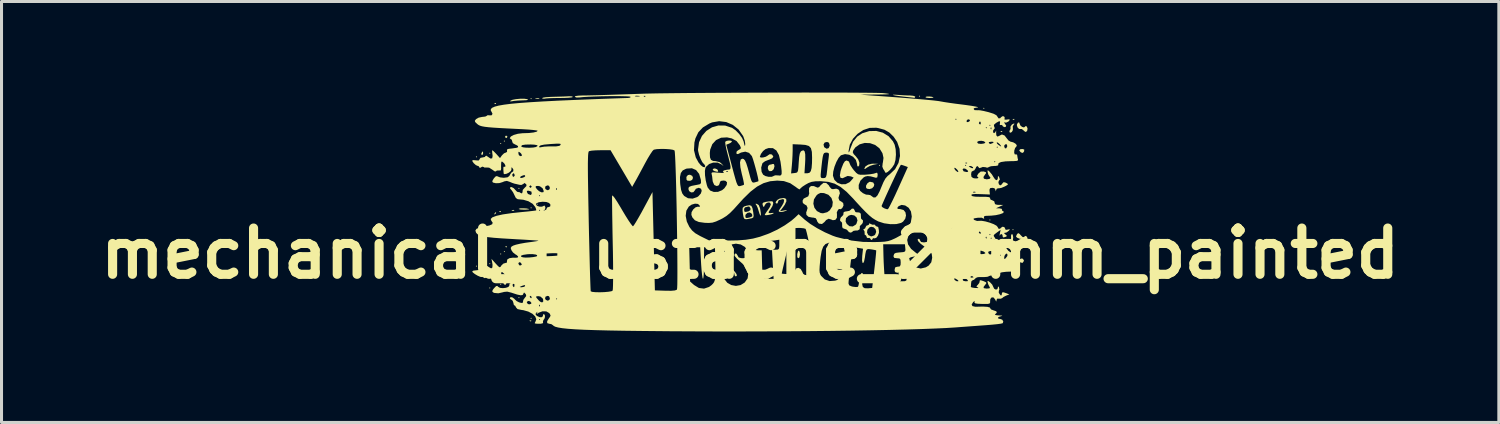
<source format=kicad_pcb>
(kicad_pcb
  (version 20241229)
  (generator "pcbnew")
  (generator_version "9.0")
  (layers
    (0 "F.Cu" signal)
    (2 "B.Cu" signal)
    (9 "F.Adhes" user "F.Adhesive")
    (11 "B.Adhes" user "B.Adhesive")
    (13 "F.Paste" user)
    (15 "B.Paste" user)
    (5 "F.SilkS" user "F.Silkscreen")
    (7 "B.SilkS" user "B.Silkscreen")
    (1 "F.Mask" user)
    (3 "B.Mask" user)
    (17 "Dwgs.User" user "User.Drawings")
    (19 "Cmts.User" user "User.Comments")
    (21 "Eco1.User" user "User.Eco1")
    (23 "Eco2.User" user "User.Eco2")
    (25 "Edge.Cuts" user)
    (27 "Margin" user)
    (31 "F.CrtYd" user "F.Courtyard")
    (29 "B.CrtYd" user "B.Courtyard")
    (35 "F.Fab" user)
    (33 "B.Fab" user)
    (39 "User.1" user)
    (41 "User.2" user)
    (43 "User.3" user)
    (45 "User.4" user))
  (footprint "mechanical_mustache_20mm_painted"
    (layer "F.Cu")
    (at 21.67 5.299)
    (property "Reference" "mechanical_mustache_20mm_painted" (at 0 0 0) (layer "F.SilkS") (effects (font (size 1.524 1.524) (thickness 0.3))))
    (attr board_only exclude_from_pos_files exclude_from_bom)
    (fp_poly (pts (xy -9 -3.18) (xy -9.02 -3.16) (xy -9.04 -3.18) (xy -9.02 -3.2)) (stroke (width 0) (type solid)) (fill yes) (layer "F.SilkS"))
    (fp_poly (pts (xy -9 0.42) (xy -9.02 0.44) (xy -9.04 0.42) (xy -9.02 0.4)) (stroke (width 0) (type solid)) (fill yes) (layer "F.SilkS"))
    (fp_poly (pts (xy -8.56 -3.3) (xy -8.58 -3.28) (xy -8.6 -3.3) (xy -8.58 -3.32)) (stroke (width 0) (type solid)) (fill yes) (layer "F.SilkS"))
    (fp_poly (pts (xy -8.56 0.34) (xy -8.58 0.36) (xy -8.6 0.34) (xy -8.58 0.32)) (stroke (width 0) (type solid)) (fill yes) (layer "F.SilkS"))
    (fp_poly (pts (xy -8.56 1.14) (xy -8.58 1.16) (xy -8.6 1.14) (xy -8.58 1.12)) (stroke (width 0) (type solid)) (fill yes) (layer "F.SilkS"))
    (fp_poly (pts (xy -8.2 -3.62) (xy -8.22 -3.6) (xy -8.24 -3.62) (xy -8.22 -3.64)) (stroke (width 0) (type solid)) (fill yes) (layer "F.SilkS"))
    (fp_poly (pts (xy -8.2 0.02) (xy -8.22 0.04) (xy -8.24 0.02) (xy -8.22 0)) (stroke (width 0) (type solid)) (fill yes) (layer "F.SilkS"))
    (fp_poly (pts (xy -8.2 1.02) (xy -8.22 1.04) (xy -8.24 1.02) (xy -8.22 1)) (stroke (width 0) (type solid)) (fill yes) (layer "F.SilkS"))
    (fp_poly (pts (xy -8.08 -3.7) (xy -8.1 -3.68) (xy -8.12 -3.7) (xy -8.1 -3.72)) (stroke (width 0) (type solid)) (fill yes) (layer "F.SilkS"))
    (fp_poly (pts (xy -8.08 -0.06) (xy -8.1 -0.04) (xy -8.12 -0.06) (xy -8.1 -0.08)) (stroke (width 0) (type solid)) (fill yes) (layer "F.SilkS"))
    (fp_poly (pts (xy -7.6 -2.14) (xy -7.62 -2.12) (xy -7.64 -2.14) (xy -7.62 -2.16)) (stroke (width 0) (type solid)) (fill yes) (layer "F.SilkS"))
    (fp_poly (pts (xy -7.6 1.46) (xy -7.62 1.48) (xy -7.64 1.46) (xy -7.62 1.44)) (stroke (width 0) (type solid)) (fill yes) (layer "F.SilkS"))
    (fp_poly (pts (xy -7.2 -5.1) (xy -7.22 -5.08) (xy -7.24 -5.1) (xy -7.22 -5.12)) (stroke (width 0) (type solid)) (fill yes) (layer "F.SilkS"))
    (fp_poly (pts (xy -7.2 -1.5) (xy -7.22 -1.48) (xy -7.24 -1.5) (xy -7.22 -1.52)) (stroke (width 0) (type solid)) (fill yes) (layer "F.SilkS"))
    (fp_poly (pts (xy -7.2 2.14) (xy -7.22 2.16) (xy -7.24 2.14) (xy -7.22 2.12)) (stroke (width 0) (type solid)) (fill yes) (layer "F.SilkS"))
    (fp_poly (pts (xy -7 -1.62) (xy -7.02 -1.6) (xy -7.04 -1.62) (xy -7.02 -1.64)) (stroke (width 0) (type solid)) (fill yes) (layer "F.SilkS"))
    (fp_poly (pts (xy 4.28 -2.9) (xy 4.26 -2.88) (xy 4.24 -2.9) (xy 4.26 -2.92)) (stroke (width 0) (type solid)) (fill yes) (layer "F.SilkS"))
    (fp_poly (pts (xy 5.6 -5.18) (xy 5.58 -5.16) (xy 5.56 -5.18) (xy 5.58 -5.2)) (stroke (width 0) (type solid)) (fill yes) (layer "F.SilkS"))
    (fp_poly (pts (xy 7.72 -4.78) (xy 7.7 -4.76) (xy 7.68 -4.78) (xy 7.7 -4.8)) (stroke (width 0) (type solid)) (fill yes) (layer "F.SilkS"))
    (fp_poly (pts (xy 7.92 -1.1) (xy 7.9 -1.08) (xy 7.88 -1.1) (xy 7.9 -1.12)) (stroke (width 0) (type solid)) (fill yes) (layer "F.SilkS"))
    (fp_poly (pts (xy 8.48 -0.46) (xy 8.46 -0.44) (xy 8.44 -0.46) (xy 8.46 -0.48)) (stroke (width 0) (type solid)) (fill yes) (layer "F.SilkS"))
    (fp_poly (pts (xy 8.68 -0.78) (xy 8.66 -0.76) (xy 8.64 -0.78) (xy 8.66 -0.8)) (stroke (width 0) (type solid)) (fill yes) (layer "F.SilkS"))
    (fp_poly (pts (xy -8.373 -4.947) (xy -8.379 -4.923) (xy -8.4 -4.92) (xy -8.433 -4.935) (xy -8.427 -4.947) (xy -8.379 -4.951)) (stroke (width 0) (type solid)) (fill yes) (layer "F.SilkS"))
    (fp_poly (pts (xy -8.213 -1.387) (xy -8.219 -1.363) (xy -8.24 -1.36) (xy -8.273 -1.375) (xy -8.267 -1.387) (xy -8.219 -1.391)) (stroke (width 0) (type solid)) (fill yes) (layer "F.SilkS"))
    (fp_poly (pts (xy -8.013 -0.227) (xy -8.019 -0.203) (xy -8.04 -0.2) (xy -8.073 -0.215) (xy -8.067 -0.227) (xy -8.019 -0.231)) (stroke (width 0) (type solid)) (fill yes) (layer "F.SilkS"))
    (fp_poly (pts (xy -7.771 -1.424) (xy -7.783 -1.406) (xy -7.823 -1.403) (xy -7.866 -1.413) (xy -7.848 -1.427) (xy -7.785 -1.432)) (stroke (width 0) (type solid)) (fill yes) (layer "F.SilkS"))
    (fp_poly (pts (xy -7.213 2.213) (xy -7.219 2.237) (xy -7.24 2.24) (xy -7.273 2.225) (xy -7.267 2.213) (xy -7.219 2.209)) (stroke (width 0) (type solid)) (fill yes) (layer "F.SilkS"))
    (fp_poly (pts (xy 8.307 -4.027) (xy 8.301 -4.003) (xy 8.28 -4) (xy 8.247 -4.015) (xy 8.253 -4.027) (xy 8.301 -4.031)) (stroke (width 0) (type solid)) (fill yes) (layer "F.SilkS"))
    (fp_poly (pts (xy 8.307 -0.387) (xy 8.301 -0.363) (xy 8.28 -0.36) (xy 8.247 -0.375) (xy 8.253 -0.387) (xy 8.301 -0.391)) (stroke (width 0) (type solid)) (fill yes) (layer "F.SilkS"))
    (fp_poly (pts (xy 8.707 -4.427) (xy 8.701 -4.403) (xy 8.68 -4.4) (xy 8.647 -4.415) (xy 8.653 -4.427) (xy 8.701 -4.431)) (stroke (width 0) (type solid)) (fill yes) (layer "F.SilkS"))
    (fp_poly (pts (xy -8.802 -3.327) (xy -8.8 -3.3) (xy -8.821 -3.247) (xy -8.839 -3.24) (xy -8.861 -3.269) (xy -8.854 -3.3) (xy -8.826 -3.353) (xy -8.816 -3.36)) (stroke (width 0) (type solid)) (fill yes) (layer "F.SilkS"))
    (fp_poly (pts (xy -8.778 0.304) (xy -8.8 0.34) (xy -8.847 0.39) (xy -8.864 0.4) (xy -8.864 0.37) (xy -8.854 0.34) (xy -8.812 0.287) (xy -8.791 0.28)) (stroke (width 0) (type solid)) (fill yes) (layer "F.SilkS"))
    (fp_poly (pts (xy -8.373 -1.334) (xy -8.38 -1.32) (xy -8.418 -1.282) (xy -8.425 -1.28) (xy -8.427 -1.306) (xy -8.42 -1.32) (xy -8.382 -1.358) (xy -8.375 -1.36)) (stroke (width 0) (type solid)) (fill yes) (layer "F.SilkS"))
    (fp_poly (pts (xy -8.001 -3.85) (xy -8 -3.84) (xy -8.03 -3.801) (xy -8.04 -3.8) (xy -8.079 -3.83) (xy -8.08 -3.84) (xy -8.05 -3.879) (xy -8.04 -3.88)) (stroke (width 0) (type solid)) (fill yes) (layer "F.SilkS"))
    (fp_poly (pts (xy -6.949 -5.106) (xy -6.948 -5.093) (xy -7.011 -5.088) (xy -7.02 -5.088) (xy -7.082 -5.094) (xy -7.076 -5.106) (xy -7.069 -5.108) (xy -6.982 -5.114)) (stroke (width 0) (type solid)) (fill yes) (layer "F.SilkS"))
    (fp_poly (pts (xy -1.09 -2.772) (xy -1.066 -2.74) (xy -1.055 -2.697) (xy -1.085 -2.688) (xy -1.17 -2.708) (xy -1.232 -2.744) (xy -1.227 -2.783) (xy -1.164 -2.8)) (stroke (width 0) (type solid)) (fill yes) (layer "F.SilkS"))
    (fp_poly (pts (xy 9.031 -3.422) (xy 9.027 -3.366) (xy 9.009 -3.333) (xy 8.967 -3.308) (xy 8.91 -3.337) (xy 8.865 -3.393) (xy 8.895 -3.43) (xy 8.967 -3.44)) (stroke (width 0) (type solid)) (fill yes) (layer "F.SilkS"))
    (fp_poly (pts (xy -1.908 -2.553) (xy -1.884 -2.486) (xy -1.914 -2.42) (xy -1.976 -2.391) (xy -2.065 -2.395) (xy -2.097 -2.426) (xy -2.102 -2.519) (xy -2.052 -2.581) (xy -1.985 -2.592)) (stroke (width 0) (type solid)) (fill yes) (layer "F.SilkS"))
    (fp_poly (pts (xy 1.633 -0.042) (xy 1.64 0.042) (xy 1.624 0.13) (xy 1.588 0.16) (xy 1.553 0.129) (xy 1.551 0.03) (xy 1.552 0.02) (xy 1.576 -0.073) (xy 1.607 -0.093)) (stroke (width 0) (type solid)) (fill yes) (layer "F.SilkS"))
    (fp_poly (pts (xy 8.975 0.173) (xy 9.019 0.223) (xy 9.015 0.258) (xy 8.976 0.314) (xy 8.915 0.302) (xy 8.892 0.288) (xy 8.865 0.239) (xy 8.891 0.189) (xy 8.949 0.167)) (stroke (width 0) (type solid)) (fill yes) (layer "F.SilkS"))
    (fp_poly (pts (xy -7.371 -1.479) (xy -7.297 -1.464) (xy -7.283 -1.456) (xy -7.309 -1.447) (xy -7.393 -1.441) (xy -7.46 -1.44) (xy -7.565 -1.445) (xy -7.622 -1.458) (xy -7.625 -1.469) (xy -7.571 -1.483) (xy -7.475 -1.485)) (stroke (width 0) (type solid)) (fill yes) (layer "F.SilkS"))
    (fp_poly (pts (xy 4.054 -2.336) (xy 4.089 -2.271) (xy 4.076 -2.21) (xy 4.02 -2.146) (xy 3.933 -2.118) (xy 3.851 -2.131) (xy 3.821 -2.159) (xy 3.817 -2.228) (xy 3.86 -2.305) (xy 3.926 -2.355) (xy 3.951 -2.359)) (stroke (width 0) (type solid)) (fill yes) (layer "F.SilkS"))
    (fp_poly (pts (xy 4.22 -2.951) (xy 4.07 -2.922) (xy 3.948 -2.883) (xy 3.848 -2.827) (xy 3.84 -2.82) (xy 3.783 -2.78) (xy 3.76 -2.788) (xy 3.796 -2.863) (xy 3.888 -2.923) (xy 4.014 -2.954) (xy 4.063 -2.955)) (stroke (width 0) (type solid)) (fill yes) (layer "F.SilkS"))
    (fp_poly (pts (xy 5.987 -5.16) (xy 6.037 -5.142) (xy 6.04 -5.135) (xy 6.005 -5.125) (xy 5.918 -5.12) (xy 5.898 -5.12) (xy 5.81 -5.128) (xy 5.774 -5.148) (xy 5.776 -5.153) (xy 5.82 -5.168) (xy 5.902 -5.169)) (stroke (width 0) (type solid)) (fill yes) (layer "F.SilkS"))
    (fp_poly (pts (xy 0.218 -1.632) (xy 0.282 -1.591) (xy 0.324 -1.486) (xy 0.329 -1.461) (xy 0.35 -1.331) (xy 0.352 -1.257) (xy 0.337 -1.243) (xy 0.31 -1.298) (xy 0.285 -1.379) (xy 0.247 -1.5) (xy 0.207 -1.588) (xy 0.187 -1.612) (xy 0.175 -1.634)) (stroke (width 0) (type solid)) (fill yes) (layer "F.SilkS"))
    (fp_poly (pts (xy 0.784 -2.943) (xy 0.8 -2.878) (xy 0.8 -2.866) (xy 0.775 -2.774) (xy 0.715 -2.716) (xy 0.644 -2.707) (xy 0.604 -2.736) (xy 0.58 -2.804) (xy 0.592 -2.878) (xy 0.633 -2.919) (xy 0.641 -2.92) (xy 0.704 -2.933) (xy 0.737 -2.944)) (stroke (width 0) (type solid)) (fill yes) (layer "F.SilkS"))
    (fp_poly (pts (xy 8.654 -0.605) (xy 8.668 -0.523) (xy 8.657 -0.429) (xy 8.621 -0.36) (xy 8.574 -0.336) (xy 8.538 -0.363) (xy 8.54 -0.421) (xy 8.557 -0.438) (xy 8.596 -0.487) (xy 8.597 -0.504) (xy 8.596 -0.589) (xy 8.62 -0.637) (xy 8.63 -0.64)) (stroke (width 0) (type solid)) (fill yes) (layer "F.SilkS"))
    (fp_poly (pts (xy -7.349 -5.082) (xy -7.34 -5.078) (xy -7.32 -5.059) (xy -7.375 -5.047) (xy -7.5 -5.042) (xy -7.649 -5.036) (xy -7.779 -5.024) (xy -7.84 -5.014) (xy -7.906 -5.005) (xy -7.901 -5.03) (xy -7.9 -5.031) (xy -7.834 -5.06) (xy -7.717 -5.082) (xy -7.578 -5.095) (xy -7.446 -5.096)) (stroke (width 0) (type solid)) (fill yes) (layer "F.SilkS"))
    (fp_poly (pts (xy 8.709 -4.264) (xy 8.686 -4.244) (xy 8.651 -4.18) (xy 8.657 -4.131) (xy 8.656 -4.06) (xy 8.622 -4) (xy 8.576 -3.975) (xy 8.543 -3.995) (xy 8.547 -4.048) (xy 8.56 -4.06) (xy 8.583 -4.109) (xy 8.577 -4.125) (xy 8.58 -4.183) (xy 8.626 -4.247) (xy 8.689 -4.279) (xy 8.695 -4.279)) (stroke (width 0) (type solid)) (fill yes) (layer "F.SilkS"))
    (fp_poly (pts (xy 4.88 -5.221) (xy 5.044 -5.21) (xy 5.207 -5.203) (xy 5.27 -5.202) (xy 5.374 -5.192) (xy 5.434 -5.171) (xy 5.44 -5.16) (xy 5.418 -5.125) (xy 5.41 -5.125) (xy 5.358 -5.132) (xy 5.249 -5.144) (xy 5.102 -5.16) (xy 5.064 -5.164) (xy 4.899 -5.184) (xy 4.779 -5.202) (xy 4.712 -5.217) (xy 4.703 -5.226) (xy 4.76 -5.228)) (stroke (width 0) (type solid)) (fill yes) (layer "F.SilkS"))
    (fp_poly (pts (xy -5.882 -5.175) (xy -5.84 -5.156) (xy -5.84 -5.154) (xy -5.877 -5.14) (xy -5.978 -5.129) (xy -6.127 -5.122) (xy -6.277 -5.12) (xy -6.461 -5.118) (xy -6.618 -5.113) (xy -6.73 -5.105) (xy -6.773 -5.097) (xy -6.837 -5.097) (xy -6.855 -5.112) (xy -6.829 -5.131) (xy -6.734 -5.146) (xy -6.581 -5.156) (xy -6.489 -5.159) (xy -6.305 -5.164) (xy -6.136 -5.169) (xy -6.009 -5.175) (xy -5.97 -5.177)) (stroke (width 0) (type solid)) (fill yes) (layer "F.SilkS"))
    (fp_poly (pts (xy 8.878 -0.641) (xy 8.916 -0.598) (xy 8.98 -0.536) (xy 9.021 -0.538) (xy 9.033 -0.552) (xy 9.077 -0.577) (xy 9.12 -0.547) (xy 9.143 -0.486) (xy 9.13 -0.42) (xy 9.096 -0.376) (xy 9.058 -0.399) (xy 9.042 -0.418) (xy 8.979 -0.467) (xy 8.945 -0.474) (xy 8.874 -0.483) (xy 8.8 -0.514) (xy 8.761 -0.55) (xy 8.761 -0.554) (xy 8.78 -0.607) (xy 8.798 -0.638) (xy 8.832 -0.668)) (stroke (width 0) (type solid)) (fill yes) (layer "F.SilkS"))
    (fp_poly (pts (xy 8.88 -4.27) (xy 8.906 -4.211) (xy 8.963 -4.166) (xy 9.023 -4.15) (xy 9.052 -4.171) (xy 9.084 -4.198) (xy 9.116 -4.177) (xy 9.14 -4.116) (xy 9.129 -4.044) (xy 9.09 -4.001) (xy 9.081 -4) (xy 9.032 -4.027) (xy 9 -4.06) (xy 8.944 -4.099) (xy 8.916 -4.098) (xy 8.86 -4.1) (xy 8.809 -4.153) (xy 8.788 -4.226) (xy 8.791 -4.249) (xy 8.824 -4.308) (xy 8.863 -4.315)) (stroke (width 0) (type solid)) (fill yes) (layer "F.SilkS"))
    (fp_poly (pts (xy 1.185 -1.795) (xy 1.194 -1.718) (xy 1.139 -1.6) (xy 1.091 -1.532) (xy 0.983 -1.39) (xy 1.121 -1.415) (xy 1.202 -1.426) (xy 1.208 -1.417) (xy 1.18 -1.403) (xy 1.081 -1.37) (xy 0.995 -1.363) (xy 0.944 -1.38) (xy 0.944 -1.41) (xy 0.987 -1.477) (xy 1.047 -1.566) (xy 1.103 -1.67) (xy 1.119 -1.749) (xy 1.095 -1.789) (xy 1.057 -1.784) (xy 0.981 -1.763) (xy 0.957 -1.76) (xy 0.924 -1.728) (xy 0.92 -1.7) (xy 0.897 -1.647) (xy 0.877 -1.64) (xy 0.838 -1.661) (xy 0.85 -1.709) (xy 0.899 -1.764) (xy 0.972 -1.805) (xy 0.98 -1.807) (xy 1.113 -1.825)) (stroke (width 0) (type solid)) (fill yes) (layer "F.SilkS"))
    (fp_poly (pts (xy 0.748 -1.703) (xy 0.76 -1.657) (xy 0.76 -1.651) (xy 0.736 -1.563) (xy 0.68 -1.469) (xy 0.616 -1.377) (xy 0.61 -1.331) (xy 0.665 -1.324) (xy 0.703 -1.33) (xy 0.767 -1.335) (xy 0.773 -1.32) (xy 0.717 -1.293) (xy 0.629 -1.271) (xy 0.542 -1.258) (xy 0.486 -1.26) (xy 0.48 -1.267) (xy 0.502 -1.312) (xy 0.557 -1.393) (xy 0.58 -1.424) (xy 0.644 -1.521) (xy 0.678 -1.602) (xy 0.68 -1.617) (xy 0.653 -1.67) (xy 0.591 -1.678) (xy 0.523 -1.646) (xy 0.483 -1.59) (xy 0.454 -1.53) (xy 0.433 -1.541) (xy 0.419 -1.572) (xy 0.404 -1.634) (xy 0.43 -1.672) (xy 0.513 -1.696) (xy 0.597 -1.709) (xy 0.701 -1.718)) (stroke (width 0) (type solid)) (fill yes) (layer "F.SilkS"))
    (fp_poly (pts (xy 0.038 -1.566) (xy 0.075 -1.492) (xy 0.1 -1.356) (xy 0.114 -1.243) (xy 0.104 -1.186) (xy 0.059 -1.159) (xy -0.001 -1.146) (xy -0.117 -1.125) (xy -0.178 -1.129) (xy -0.207 -1.164) (xy -0.221 -1.21) (xy -0.226 -1.237) (xy -0.16 -1.237) (xy -0.152 -1.18) (xy -0.114 -1.164) (xy -0.024 -1.181) (xy -0.01 -1.185) (xy 0.065 -1.217) (xy 0.07 -1.267) (xy 0.044 -1.314) (xy -0.016 -1.349) (xy -0.091 -1.334) (xy -0.148 -1.282) (xy -0.16 -1.237) (xy -0.226 -1.237) (xy -0.241 -1.32) (xy -0.251 -1.416) (xy -0.25 -1.44) (xy -0.2 -1.44) (xy -0.192 -1.38) (xy -0.153 -1.364) (xy -0.062 -1.382) (xy -0.055 -1.384) (xy 0.009 -1.425) (xy 0.01 -1.486) (xy -0.03 -1.543) (xy -0.069 -1.542) (xy -0.143 -1.522) (xy -0.163 -1.52) (xy -0.193 -1.486) (xy -0.2 -1.44) (xy -0.25 -1.44) (xy -0.246 -1.499) (xy -0.201 -1.544) (xy -0.125 -1.569) (xy -0.024 -1.587)) (stroke (width 0) (type solid)) (fill yes) (layer "F.SilkS"))
    (fp_poly (pts (xy 3.965 -0.971) (xy 4.035 -0.943) (xy 4.065 -0.947) (xy 4.113 -0.943) (xy 4.12 -0.924) (xy 4.15 -0.89) (xy 4.168 -0.89) (xy 4.217 -0.868) (xy 4.223 -0.85) (xy 4.237 -0.78) (xy 4.24 -0.77) (xy 4.244 -0.679) (xy 4.212 -0.586) (xy 4.16 -0.516) (xy 4.1 -0.493) (xy 4.08 -0.5) (xy 4.043 -0.497) (xy 4.04 -0.482) (xy 4.011 -0.442) (xy 4 -0.44) (xy 3.962 -0.471) (xy 3.96 -0.484) (xy 3.931 -0.511) (xy 3.9 -0.506) (xy 3.848 -0.512) (xy 3.84 -0.541) (xy 3.816 -0.594) (xy 3.796 -0.6) (xy 3.768 -0.629) (xy 3.773 -0.655) (xy 3.77 -0.684) (xy 3.851 -0.684) (xy 3.892 -0.603) (xy 3.978 -0.561) (xy 4 -0.56) (xy 4.085 -0.589) (xy 4.118 -0.618) (xy 4.153 -0.707) (xy 4.132 -0.794) (xy 4.07 -0.858) (xy 3.986 -0.876) (xy 3.93 -0.856) (xy 3.862 -0.777) (xy 3.851 -0.684) (xy 3.77 -0.684) (xy 3.767 -0.729) (xy 3.749 -0.755) (xy 3.726 -0.793) (xy 3.752 -0.8) (xy 3.795 -0.832) (xy 3.8 -0.86) (xy 3.832 -0.913) (xy 3.86 -0.92) (xy 3.913 -0.946) (xy 3.92 -0.968) (xy 3.934 -0.995)) (stroke (width 0) (type solid)) (fill yes) (layer "F.SilkS"))
    (fp_poly (pts (xy 3.411 -1.47) (xy 3.44 -1.421) (xy 3.44 -1.42) (xy 3.467 -1.364) (xy 3.49 -1.355) (xy 3.576 -1.348) (xy 3.6 -1.345) (xy 3.645 -1.308) (xy 3.648 -1.23) (xy 3.653 -1.151) (xy 3.678 -1.12) (xy 3.715 -1.091) (xy 3.716 -1.028) (xy 3.686 -0.966) (xy 3.656 -0.944) (xy 3.612 -0.895) (xy 3.614 -0.861) (xy 3.607 -0.794) (xy 3.543 -0.754) (xy 3.474 -0.753) (xy 3.402 -0.741) (xy 3.381 -0.722) (xy 3.32 -0.682) (xy 3.252 -0.701) (xy 3.227 -0.737) (xy 3.174 -0.787) (xy 3.112 -0.807) (xy 3.046 -0.833) (xy 3.029 -0.9) (xy 3.032 -0.93) (xy 3.027 -1.009) (xy 3.002 -1.04) (xy 2.983 -1.055) (xy 3.144 -1.055) (xy 3.18 -0.974) (xy 3.27 -0.896) (xy 3.377 -0.886) (xy 3.476 -0.944) (xy 3.502 -0.977) (xy 3.536 -1.086) (xy 3.507 -1.182) (xy 3.432 -1.249) (xy 3.329 -1.269) (xy 3.246 -1.243) (xy 3.158 -1.161) (xy 3.144 -1.055) (xy 2.983 -1.055) (xy 2.965 -1.069) (xy 2.964 -1.132) (xy 2.993 -1.194) (xy 3.022 -1.215) (xy 3.069 -1.269) (xy 3.072 -1.309) (xy 3.084 -1.362) (xy 3.154 -1.383) (xy 3.178 -1.384) (xy 3.267 -1.401) (xy 3.311 -1.434) (xy 3.354 -1.476)) (stroke (width 0) (type solid)) (fill yes) (layer "F.SilkS"))
    (fp_poly (pts (xy 2.505 -2.32) (xy 2.59 -2.242) (xy 2.615 -2.198) (xy 2.671 -2.131) (xy 2.723 -2.115) (xy 2.836 -2.132) (xy 2.904 -2.107) (xy 2.934 -2.07) (xy 2.957 -1.98) (xy 2.938 -1.93) (xy 2.908 -1.826) (xy 2.941 -1.742) (xy 3.002 -1.708) (xy 3.065 -1.658) (xy 3.076 -1.577) (xy 3.035 -1.494) (xy 3.02 -1.48) (xy 2.972 -1.452) (xy 2.96 -1.46) (xy 2.935 -1.463) (xy 2.898 -1.439) (xy 2.854 -1.352) (xy 2.86 -1.28) (xy 2.857 -1.172) (xy 2.806 -1.104) (xy 2.723 -1.093) (xy 2.675 -1.114) (xy 2.586 -1.141) (xy 2.504 -1.099) (xy 2.448 -1.032) (xy 2.366 -0.967) (xy 2.273 -0.98) (xy 2.255 -0.991) (xy 2.21 -1.051) (xy 2.194 -1.1) (xy 2.161 -1.158) (xy 2.079 -1.179) (xy 2.044 -1.18) (xy 1.923 -1.204) (xy 1.853 -1.267) (xy 1.846 -1.354) (xy 1.862 -1.39) (xy 1.892 -1.495) (xy 1.857 -1.578) (xy 1.795 -1.613) (xy 1.764 -1.637) (xy 2.082 -1.637) (xy 2.117 -1.502) (xy 2.2 -1.393) (xy 2.324 -1.329) (xy 2.4 -1.32) (xy 2.54 -1.357) (xy 2.622 -1.418) (xy 2.706 -1.55) (xy 2.722 -1.692) (xy 2.678 -1.825) (xy 2.578 -1.93) (xy 2.433 -1.986) (xy 2.319 -1.992) (xy 2.234 -1.953) (xy 2.183 -1.907) (xy 2.101 -1.778) (xy 2.082 -1.637) (xy 1.764 -1.637) (xy 1.736 -1.66) (xy 1.726 -1.734) (xy 1.762 -1.804) (xy 1.82 -1.834) (xy 1.914 -1.88) (xy 1.946 -1.971) (xy 1.938 -2.044) (xy 1.942 -2.156) (xy 2.001 -2.217) (xy 2.099 -2.217) (xy 2.145 -2.197) (xy 2.22 -2.166) (xy 2.272 -2.183) (xy 2.326 -2.249) (xy 2.413 -2.323)) (stroke (width 0) (type solid)) (fill yes) (layer "F.SilkS"))
    (fp_poly (pts (xy 2.28 -5.298) (xy 2.714 -5.298) (xy 3.113 -5.297) (xy 3.471 -5.295) (xy 3.78 -5.293) (xy 4.034 -5.29) (xy 4.225 -5.287) (xy 4.347 -5.283) (xy 4.38 -5.281) (xy 4.51 -5.266) (xy 4.574 -5.255) (xy 4.57 -5.246) (xy 4.493 -5.24) (xy 4.343 -5.236) (xy 4.115 -5.233) (xy 4.06 -5.233) (xy 3.62 -5.23) (xy 4.06 -5.198) (xy 4.612 -5.158) (xy 5.086 -5.122) (xy 5.481 -5.09) (xy 5.798 -5.062) (xy 6.04 -5.039) (xy 6.205 -5.019) (xy 6.282 -5.006) (xy 6.401 -4.985) (xy 6.571 -4.959) (xy 6.764 -4.932) (xy 6.86 -4.92) (xy 7.111 -4.888) (xy 7.305 -4.86) (xy 7.439 -4.836) (xy 7.507 -4.818) (xy 7.504 -4.807) (xy 7.47 -4.804) (xy 7.39 -4.789) (xy 7.36 -4.76) (xy 7.395 -4.72) (xy 7.496 -4.716) (xy 7.516 -4.718) (xy 7.582 -4.713) (xy 7.699 -4.691) (xy 7.843 -4.656) (xy 7.846 -4.656) (xy 8.018 -4.602) (xy 8.116 -4.549) (xy 8.142 -4.512) (xy 8.185 -4.448) (xy 8.239 -4.454) (xy 8.26 -4.48) (xy 8.311 -4.519) (xy 8.365 -4.514) (xy 8.388 -4.474) (xy 8.384 -4.455) (xy 8.38 -4.41) (xy 8.433 -4.405) (xy 8.459 -4.41) (xy 8.541 -4.418) (xy 8.552 -4.394) (xy 8.51 -4.344) (xy 8.436 -4.309) (xy 8.4 -4.312) (xy 8.362 -4.316) (xy 8.388 -4.279) (xy 8.39 -4.277) (xy 8.437 -4.205) (xy 8.415 -4.165) (xy 8.38 -4.16) (xy 8.327 -4.184) (xy 8.32 -4.204) (xy 8.291 -4.232) (xy 8.265 -4.227) (xy 8.226 -4.232) (xy 8.229 -4.283) (xy 8.235 -4.345) (xy 8.202 -4.353) (xy 8.118 -4.308) (xy 8.098 -4.295) (xy 8.032 -4.237) (xy 8.035 -4.187) (xy 8.041 -4.179) (xy 8.062 -4.123) (xy 8.042 -4.101) (xy 8.007 -4.051) (xy 8.004 -3.99) (xy 8.036 -3.96) (xy 8.037 -3.96) (xy 8.078 -3.993) (xy 8.096 -4.03) (xy 8.107 -4.048) (xy 8.105 -3.996) (xy 8.104 -3.989) (xy 8.11 -3.891) (xy 8.148 -3.848) (xy 8.207 -3.871) (xy 8.211 -3.875) (xy 8.296 -3.918) (xy 8.383 -3.884) (xy 8.448 -3.8) (xy 8.514 -3.718) (xy 8.582 -3.679) (xy 8.588 -3.679) (xy 8.668 -3.659) (xy 8.742 -3.616) (xy 8.785 -3.566) (xy 8.777 -3.528) (xy 8.73 -3.471) (xy 8.704 -3.392) (xy 8.7 -3.314) (xy 8.719 -3.262) (xy 8.762 -3.262) (xy 8.764 -3.263) (xy 8.795 -3.252) (xy 8.8 -3.226) (xy 8.814 -3.135) (xy 8.824 -3.103) (xy 8.826 -3.067) (xy 8.785 -3.047) (xy 8.685 -3.04) (xy 8.629 -3.04) (xy 8.415 -3.032) (xy 8.266 -3.01) (xy 8.186 -2.973) (xy 8.177 -2.935) (xy 8.168 -2.898) (xy 8.099 -2.882) (xy 8.041 -2.88) (xy 7.935 -2.871) (xy 7.867 -2.847) (xy 7.86 -2.84) (xy 7.807 -2.821) (xy 7.767 -2.837) (xy 7.666 -2.848) (xy 7.621 -2.83) (xy 7.554 -2.808) (xy 7.529 -2.834) (xy 7.492 -2.878) (xy 7.45 -2.853) (xy 7.428 -2.8) (xy 7.385 -2.735) (xy 7.344 -2.72) (xy 7.294 -2.688) (xy 7.28 -2.605) (xy 7.293 -2.52) (xy 7.349 -2.482) (xy 7.4 -2.471) (xy 7.483 -2.47) (xy 7.523 -2.489) (xy 7.504 -2.517) (xy 7.483 -2.527) (xy 7.479 -2.562) (xy 7.519 -2.63) (xy 7.521 -2.631) (xy 7.599 -2.697) (xy 7.692 -2.698) (xy 7.699 -2.697) (xy 7.77 -2.672) (xy 7.772 -2.639) (xy 7.742 -2.602) (xy 7.686 -2.515) (xy 7.703 -2.46) (xy 7.791 -2.44) (xy 7.8 -2.44) (xy 7.89 -2.455) (xy 7.921 -2.492) (xy 7.885 -2.537) (xy 7.851 -2.589) (xy 7.83 -2.661) (xy 7.82 -2.731) (xy 7.842 -2.732) (xy 7.887 -2.694) (xy 7.965 -2.602) (xy 8.011 -2.525) (xy 8.07 -2.438) (xy 8.123 -2.41) (xy 8.156 -2.446) (xy 8.161 -2.487) (xy 8.166 -2.55) (xy 8.185 -2.539) (xy 8.206 -2.505) (xy 8.229 -2.435) (xy 8.203 -2.402) (xy 8.179 -2.35) (xy 8.193 -2.282) (xy 8.233 -2.241) (xy 8.242 -2.24) (xy 8.288 -2.27) (xy 8.312 -2.305) (xy 8.353 -2.347) (xy 8.416 -2.332) (xy 8.437 -2.322) (xy 8.489 -2.29) (xy 8.489 -2.263) (xy 8.428 -2.225) (xy 8.379 -2.2) (xy 8.275 -2.157) (xy 8.194 -2.143) (xy 8.18 -2.146) (xy 8.128 -2.131) (xy 8.108 -2.093) (xy 8.093 -2.044) (xy 8.086 -2.071) (xy 8.085 -2.09) (xy 8.048 -2.147) (xy 7.978 -2.16) (xy 7.906 -2.148) (xy 7.886 -2.096) (xy 7.888 -2.05) (xy 7.9 -1.94) (xy 7.586 -1.952) (xy 7.424 -1.956) (xy 7.329 -1.949) (xy 7.29 -1.932) (xy 7.289 -1.912) (xy 7.327 -1.883) (xy 7.424 -1.868) (xy 7.59 -1.864) (xy 7.615 -1.864) (xy 7.776 -1.863) (xy 7.869 -1.853) (xy 7.905 -1.833) (xy 7.904 -1.817) (xy 7.921 -1.771) (xy 7.972 -1.752) (xy 8.043 -1.715) (xy 8.054 -1.67) (xy 8.069 -1.622) (xy 8.135 -1.601) (xy 8.194 -1.598) (xy 8.34 -1.596) (xy 8.1 -1.486) (xy 8.212 -1.483) (xy 8.286 -1.469) (xy 8.3 -1.44) (xy 8.303 -1.403) (xy 8.318 -1.4) (xy 8.358 -1.372) (xy 8.36 -1.362) (xy 8.324 -1.324) (xy 8.228 -1.289) (xy 8.095 -1.259) (xy 7.944 -1.243) (xy 7.871 -1.24) (xy 7.758 -1.236) (xy 7.707 -1.219) (xy 7.702 -1.182) (xy 7.705 -1.17) (xy 7.712 -1.129) (xy 7.693 -1.147) (xy 7.625 -1.176) (xy 7.495 -1.173) (xy 7.489 -1.172) (xy 7.388 -1.155) (xy 7.355 -1.136) (xy 7.379 -1.106) (xy 7.386 -1.1) (xy 7.477 -1.068) (xy 7.529 -1.071) (xy 7.623 -1.074) (xy 7.753 -1.052) (xy 7.894 -1.012) (xy 8.024 -0.963) (xy 8.117 -0.912) (xy 8.15 -0.874) (xy 8.188 -0.808) (xy 8.238 -0.814) (xy 8.26 -0.84) (xy 8.315 -0.878) (xy 8.375 -0.866) (xy 8.4 -0.817) (xy 8.42 -0.775) (xy 8.49 -0.783) (xy 8.551 -0.798) (xy 8.547 -0.773) (xy 8.525 -0.746) (xy 8.451 -0.691) (xy 8.405 -0.679) (xy 8.364 -0.672) (xy 8.387 -0.642) (xy 8.411 -0.623) (xy 8.459 -0.58) (xy 8.441 -0.554) (xy 8.418 -0.545) (xy 8.346 -0.523) (xy 8.322 -0.543) (xy 8.32 -0.58) (xy 8.297 -0.634) (xy 8.251 -0.627) (xy 8.225 -0.59) (xy 8.217 -0.587) (xy 8.226 -0.648) (xy 8.228 -0.657) (xy 8.252 -0.774) (xy 8.124 -0.683) (xy 8.044 -0.621) (xy 8.022 -0.579) (xy 8.049 -0.533) (xy 8.063 -0.517) (xy 8.109 -0.425) (xy 8.109 -0.361) (xy 8.107 -0.28) (xy 8.162 -0.255) (xy 8.254 -0.278) (xy 8.324 -0.294) (xy 8.375 -0.268) (xy 8.432 -0.184) (xy 8.436 -0.178) (xy 8.502 -0.09) (xy 8.565 -0.043) (xy 8.579 -0.04) (xy 8.663 -0.02) (xy 8.715 0.006) (xy 8.762 0.047) (xy 8.76 0.101) (xy 8.733 0.161) (xy 8.706 0.25) (xy 8.704 0.332) (xy 8.727 0.381) (xy 8.76 0.38) (xy 8.79 0.396) (xy 8.815 0.457) (xy 8.825 0.528) (xy 8.816 0.567) (xy 8.767 0.586) (xy 8.666 0.598) (xy 8.603 0.6) (xy 8.433 0.607) (xy 8.296 0.624) (xy 8.207 0.65) (xy 8.181 0.681) (xy 8.183 0.685) (xy 8.162 0.707) (xy 8.083 0.719) (xy 8.045 0.72) (xy 7.938 0.728) (xy 7.871 0.748) (xy 7.863 0.755) (xy 7.814 0.773) (xy 7.713 0.781) (xy 7.643 0.78) (xy 7.504 0.783) (xy 7.434 0.81) (xy 7.424 0.825) (xy 7.37 0.874) (xy 7.341 0.88) (xy 7.292 0.915) (xy 7.28 0.98) (xy 7.276 1.066) (xy 7.27 1.105) (xy 7.299 1.123) (xy 7.383 1.138) (xy 7.42 1.141) (xy 7.505 1.143) (xy 7.522 1.133) (xy 7.506 1.125) (xy 7.456 1.097) (xy 7.476 1.061) (xy 7.496 1.043) (xy 7.549 0.975) (xy 7.56 0.935) (xy 7.565 0.893) (xy 7.595 0.885) (xy 7.671 0.909) (xy 7.703 0.921) (xy 7.775 0.955) (xy 7.781 0.99) (xy 7.745 1.034) (xy 7.689 1.11) (xy 7.701 1.148) (xy 7.785 1.16) (xy 7.805 1.16) (xy 7.887 1.152) (xy 7.9 1.125) (xy 7.891 1.11) (xy 7.849 1.031) (xy 7.83 0.971) (xy 7.819 0.912) (xy 7.841 0.909) (xy 7.902 0.951) (xy 7.975 1.029) (xy 8.008 1.1) (xy 8.041 1.166) (xy 8.097 1.194) (xy 8.146 1.178) (xy 8.161 1.133) (xy 8.167 1.085) (xy 8.195 1.113) (xy 8.198 1.119) (xy 8.212 1.196) (xy 8.198 1.222) (xy 8.19 1.29) (xy 8.219 1.343) (xy 8.265 1.393) (xy 8.287 1.371) (xy 8.295 1.32) (xy 8.309 1.284) (xy 8.354 1.284) (xy 8.44 1.313) (xy 8.54 1.352) (xy 8.434 1.393) (xy 8.348 1.437) (xy 8.304 1.474) (xy 8.251 1.496) (xy 8.2 1.492) (xy 8.135 1.494) (xy 8.117 1.545) (xy 8.111 1.588) (xy 8.091 1.559) (xy 8.078 1.527) (xy 8.022 1.455) (xy 7.959 1.45) (xy 7.914 1.504) (xy 7.907 1.567) (xy 7.907 1.622) (xy 7.888 1.653) (xy 7.831 1.666) (xy 7.719 1.667) (xy 7.642 1.666) (xy 7.497 1.66) (xy 7.417 1.647) (xy 7.39 1.623) (xy 7.393 1.6) (xy 7.397 1.568) (xy 7.359 1.596) (xy 7.345 1.61) (xy 7.298 1.685) (xy 7.324 1.738) (xy 7.417 1.759) (xy 7.454 1.759) (xy 7.665 1.753) (xy 7.815 1.762) (xy 7.897 1.784) (xy 7.91 1.808) (xy 7.937 1.847) (xy 8.017 1.877) (xy 8.02 1.878) (xy 8.112 1.91) (xy 8.126 1.956) (xy 8.073 2.005) (xy 8.071 2.028) (xy 8.144 2.042) (xy 8.2 2.045) (xy 8.294 2.052) (xy 8.307 2.061) (xy 8.27 2.069) (xy 8.188 2.095) (xy 8.161 2.13) (xy 8.196 2.156) (xy 8.236 2.16) (xy 8.305 2.185) (xy 8.34 2.241) (xy 8.325 2.295) (xy 8.314 2.304) (xy 8.259 2.317) (xy 8.142 2.333) (xy 7.979 2.349) (xy 7.788 2.365) (xy 7.786 2.365) (xy 7.543 2.383) (xy 7.258 2.404) (xy 6.971 2.425) (xy 6.76 2.441) (xy 6.459 2.46) (xy 6.085 2.477) (xy 5.642 2.494) (xy 5.139 2.509) (xy 4.581 2.523) (xy 3.974 2.535) (xy 3.325 2.546) (xy 2.64 2.555) (xy 1.925 2.562) (xy 1.187 2.567) (xy 0.431 2.571) (xy -0.336 2.573) (xy -1.107 2.573) (xy -1.877 2.57) (xy -2.639 2.566) (xy -3.387 2.559) (xy -3.58 2.557) (xy -4.157 2.55) (xy -4.659 2.541) (xy -5.09 2.53) (xy -5.453 2.518) (xy -5.755 2.503) (xy -5.998 2.486) (xy -6.188 2.466) (xy -6.328 2.443) (xy -6.424 2.417) (xy -6.479 2.388) (xy -6.492 2.373) (xy -6.553 2.332) (xy -6.621 2.32) (xy -6.688 2.298) (xy -6.69 2.234) (xy -6.627 2.133) (xy -6.611 2.114) (xy -6.577 2.056) (xy -6.598 1.999) (xy -6.624 1.966) (xy -6.718 1.912) (xy -6.843 1.909) (xy -6.97 1.956) (xy -6.998 1.976) (xy -7.037 1.999) (xy -7.024 1.964) (xy -7.022 1.96) (xy -7.004 1.922) (xy -7.034 1.944) (xy -7.044 1.953) (xy -7.076 2) (xy -7.045 2.045) (xy -7.021 2.064) (xy -6.937 2.103) (xy -6.864 2.103) (xy -6.829 2.066) (xy -6.83 2.048) (xy -6.814 2.003) (xy -6.8 2) (xy -6.767 2.031) (xy -6.762 2.098) (xy -6.784 2.163) (xy -6.803 2.182) (xy -6.829 2.236) (xy -6.824 2.264) (xy -6.83 2.301) (xy -6.894 2.318) (xy -6.966 2.32) (xy -7.066 2.316) (xy -7.101 2.3) (xy -7.083 2.264) (xy -7.079 2.259) (xy -7.051 2.18) (xy -6.96 2.18) (xy -6.94 2.2) (xy -6.92 2.18) (xy -6.94 2.16) (xy -6.96 2.18) (xy -7.051 2.18) (xy -7.048 2.171) (xy -7.084 2.078) (xy -7.175 1.991) (xy -7.309 1.919) (xy -7.475 1.872) (xy -7.543 1.863) (xy -7.666 1.836) (xy -7.713 1.785) (xy -7.743 1.728) (xy -7.763 1.72) (xy -6.96 1.72) (xy -6.945 1.753) (xy -6.933 1.747) (xy -6.929 1.699) (xy -6.933 1.693) (xy -6.957 1.699) (xy -6.96 1.72) (xy -7.763 1.72) (xy -7.793 1.686) (xy -7.8 1.639) (xy -7.826 1.562) (xy -7.86 1.534) (xy -7.913 1.495) (xy -7.92 1.476) (xy -7.894 1.441) (xy -7.835 1.451) (xy -7.77 1.499) (xy -7.755 1.518) (xy -7.695 1.573) (xy -7.615 1.614) (xy -7.539 1.634) (xy -7.491 1.626) (xy -7.49 1.617) (xy -7.36 1.617) (xy -7.326 1.669) (xy -7.277 1.68) (xy -7.216 1.661) (xy -7.21 1.63) (xy -7.253 1.58) (xy -7.314 1.568) (xy -7.356 1.596) (xy -7.36 1.617) (xy -7.49 1.617) (xy -7.487 1.598) (xy -7.475 1.533) (xy -7.43 1.47) (xy -7.395 1.425) (xy -7.266 1.425) (xy -7.26 1.44) (xy -7.224 1.478) (xy -7.218 1.48) (xy -7.2 1.449) (xy -7.2 1.448) (xy -7.051 1.448) (xy -7.033 1.475) (xy -6.96 1.557) (xy -6.924 1.59) (xy -6.857 1.618) (xy -6.818 1.585) (xy -6.825 1.511) (xy -6.834 1.492) (xy -6.758 1.492) (xy -6.733 1.533) (xy -6.665 1.561) (xy -6.611 1.526) (xy -6.605 1.5) (xy -6.4 1.5) (xy -6.38 1.52) (xy -6.36 1.5) (xy -6.38 1.48) (xy -6.4 1.5) (xy -6.605 1.5) (xy -6.6 1.48) (xy -6.628 1.413) (xy -6.68 1.4) (xy -6.746 1.429) (xy -6.758 1.492) (xy -6.834 1.492) (xy -6.835 1.489) (xy -6.91 1.424) (xy -6.979 1.41) (xy -7.049 1.417) (xy -7.051 1.448) (xy -7.2 1.448) (xy -7.2 1.44) (xy -7.231 1.402) (xy -7.242 1.4) (xy -7.266 1.425) (xy -7.395 1.425) (xy -7.38 1.405) (xy -7.391 1.352) (xy -7.407 1.331) (xy -7.45 1.289) (xy -7.468 1.312) (xy -7.473 1.334) (xy -7.499 1.373) (xy -7.562 1.381) (xy -7.675 1.358) (xy -7.848 1.302) (xy -7.864 1.296) (xy -8.004 1.261) (xy -8.115 1.271) (xy -8.137 1.279) (xy -8.297 1.316) (xy -8.432 1.304) (xy -8.474 1.284) (xy -8.501 1.248) (xy -8.475 1.192) (xy -8.438 1.146) (xy -8.373 1.08) (xy -8.332 1.073) (xy -8.303 1.103) (xy -8.243 1.137) (xy -8.15 1.146) (xy -8.05 1.135) (xy -7.97 1.107) (xy -7.936 1.065) (xy -7.938 1.051) (xy -7.936 1.041) (xy -7.83 1.041) (xy -7.817 1.085) (xy -7.786 1.116) (xy -7.781 1.107) (xy -7.595 1.107) (xy -7.574 1.115) (xy -7.532 1.117) (xy -7.452 1.103) (xy -7.42 1.08) (xy -7.418 1.046) (xy -7.48 1.057) (xy -7.54 1.08) (xy -7.595 1.107) (xy -7.781 1.107) (xy -7.769 1.086) (xy -7.768 1.023) (xy -7.776 1.011) (xy -7.814 1.002) (xy -7.83 1.041) (xy -7.936 1.041) (xy -7.926 0.994) (xy -7.88 0.972) (xy -7.815 0.929) (xy -7.8 0.889) (xy -7.808 0.851) (xy -7.844 0.868) (xy -7.873 0.894) (xy -7.948 0.945) (xy -7.993 0.96) (xy -8.037 0.987) (xy -8.04 1) (xy -8.067 1.039) (xy -8.076 1.04) (xy -8.123 1.008) (xy -8.133 0.93) (xy -8.101 0.829) (xy -8.101 0.828) (xy -8.069 0.747) (xy -8.09 0.69) (xy -8.124 0.657) (xy -8.18 0.612) (xy -8.2 0.63) (xy -8.205 0.684) (xy -8.205 0.794) (xy -8.201 0.855) (xy -8.208 0.906) (xy -8.26 0.912) (xy -8.3 0.904) (xy -8.374 0.895) (xy -8.381 0.918) (xy -8.368 0.96) (xy -8.397 0.958) (xy -8.452 0.921) (xy -8.514 0.858) (xy -8.519 0.852) (xy -8.585 0.782) (xy -8.637 0.77) (xy -8.68 0.791) (xy -8.755 0.816) (xy -8.781 0.799) (xy -8.827 0.775) (xy -8.84 0.78) (xy -8.893 0.774) (xy -8.98 0.736) (xy -9.073 0.681) (xy -9.141 0.627) (xy -9.16 0.596) (xy -9.125 0.57) (xy -9.043 0.56) (xy -8.956 0.549) (xy -8.913 0.524) (xy -8.868 0.488) (xy -8.82 0.474) (xy -8.741 0.445) (xy -8.712 0.422) (xy -8.666 0.415) (xy -8.606 0.454) (xy -8.535 0.496) (xy -8.495 0.466) (xy -8.49 0.371) (xy -8.5 0.309) (xy -8.525 0.18) (xy -8.387 0.335) (xy -8.305 0.423) (xy -8.258 0.458) (xy -8.228 0.447) (xy -8.203 0.405) (xy -8.135 0.338) (xy -8.13 0.337) (xy -7.64 0.337) (xy -7.608 0.392) (xy -7.577 0.4) (xy -7.53 0.377) (xy -7.529 0.352) (xy -7.569 0.3) (xy -7.617 0.293) (xy -7.64 0.337) (xy -8.13 0.337) (xy -8.074 0.32) (xy -8.014 0.302) (xy -8.015 0.258) (xy -8.003 0.2) (xy -7.931 0.158) (xy -7.816 0.142) (xy -7.752 0.145) (xy -7.664 0.14) (xy -7.646 0.106) (xy -7.552 0.106) (xy -7.49 0.131) (xy -7.398 0.139) (xy -7.272 0.135) (xy -7.145 0.122) (xy -7.051 0.103) (xy -7.03 0.094) (xy -7.022 0.079) (xy -6.96 0.079) (xy -6.924 0.09) (xy -6.829 0.095) (xy -6.698 0.094) (xy -6.551 0.089) (xy -6.41 0.08) (xy -6.297 0.067) (xy -6.244 0.056) (xy -6.199 0.031) (xy -6.224 0.011) (xy -6.313 -0.002) (xy -6.456 -0.006) (xy -6.53 -0.005) (xy -6.735 0.005) (xy -6.87 0.022) (xy -6.941 0.048) (xy -6.96 0.079) (xy -7.022 0.079) (xy -7.014 0.063) (xy -7.062 0.04) (xy -7.159 0.026) (xy -7.29 0.026) (xy -7.35 0.03) (xy -7.481 0.05) (xy -7.55 0.077) (xy -7.552 0.106) (xy -7.646 0.106) (xy -7.645 0.104) (xy -7.698 0.054) (xy -7.73 0.037) (xy -7.816 -0.03) (xy -7.867 -0.103) (xy -7.891 -0.177) (xy -7.863 -0.224) (xy -7.807 -0.256) (xy -7.719 -0.286) (xy -7.577 -0.319) (xy -7.407 -0.349) (xy -7.341 -0.358) (xy -7.181 -0.38) (xy -7.056 -0.399) (xy -6.982 -0.412) (xy -6.971 -0.416) (xy -7.006 -0.421) (xy -7.109 -0.429) (xy -7.27 -0.44) (xy -7.477 -0.453) (xy -7.719 -0.466) (xy -7.83 -0.473) (xy -8.172 -0.493) (xy -8.442 -0.513) (xy -8.649 -0.535) (xy -8.803 -0.561) (xy -8.911 -0.592) (xy -8.983 -0.629) (xy -9.027 -0.674) (xy -9.03 -0.678) (xy -9.055 -0.751) (xy -9.021 -0.807) (xy -8.921 -0.85) (xy -8.749 -0.887) (xy -8.747 -0.888) (xy -8.588 -0.921) (xy -8.502 -0.96) (xy -8.485 -1.01) (xy -8.53 -1.075) (xy -8.551 -1.133) (xy -8.495 -1.187) (xy -8.361 -1.237) (xy -8.149 -1.284) (xy -7.858 -1.326) (xy -7.521 -1.362) (xy -7.339 -1.379) (xy -7.189 -1.396) (xy -7.087 -1.409) (xy -7.05 -1.417) (xy -7.05 -1.42) (xy -6.96 -1.42) (xy -6.94 -1.4) (xy -6.92 -1.42) (xy -6.94 -1.44) (xy -6.96 -1.42) (xy -7.05 -1.42) (xy -7.055 -1.458) (xy -7.082 -1.527) (xy -7.142 -1.602) (xy -7.058 -1.602) (xy -7.011 -1.562) (xy -6.937 -1.538) (xy -6.861 -1.538) (xy -6.826 -1.555) (xy -6.778 -1.577) (xy -6.75 -1.527) (xy -6.749 -1.523) (xy -6.758 -1.448) (xy -6.794 -1.424) (xy -6.822 -1.412) (xy -6.78 -1.415) (xy -6.72 -1.442) (xy -6.71 -1.472) (xy -6.688 -1.515) (xy -6.662 -1.52) (xy -6.591 -1.545) (xy -6.581 -1.604) (xy -6.626 -1.66) (xy -6.717 -1.693) (xy -6.842 -1.701) (xy -6.965 -1.685) (xy -7.049 -1.647) (xy -7.051 -1.645) (xy -7.058 -1.602) (xy -7.142 -1.602) (xy -7.168 -1.633) (xy -7.308 -1.718) (xy -7.476 -1.767) (xy -7.554 -1.774) (xy -7.661 -1.785) (xy -7.721 -1.825) (xy -7.759 -1.9) (xy -6.96 -1.9) (xy -6.94 -1.88) (xy -6.92 -1.9) (xy -6.94 -1.92) (xy -6.96 -1.9) (xy -7.759 -1.9) (xy -7.764 -1.911) (xy -7.814 -2.013) (xy -7.864 -2.083) (xy -7.868 -2.087) (xy -7.916 -2.147) (xy -7.901 -2.182) (xy -7.859 -2.184) (xy -7.791 -2.147) (xy -7.736 -2.087) (xy -7.68 -2.029) (xy -7.64 -2.02) (xy -7.591 -2.013) (xy -7.58 -2) (xy -7.532 -1.977) (xy -7.517 -1.982) (xy -7.498 -2.028) (xy -7.36 -2.028) (xy -7.324 -1.958) (xy -7.23 -1.923) (xy -7.203 -1.953) (xy -7.2 -1.98) (xy -7.209 -2.033) (xy -7.217 -2.04) (xy -7.264 -2.052) (xy -7.297 -2.064) (xy -7.351 -2.061) (xy -7.36 -2.028) (xy -7.498 -2.028) (xy -7.497 -2.031) (xy -7.502 -2.044) (xy -7.492 -2.093) (xy -7.434 -2.158) (xy -7.433 -2.158) (xy -7.392 -2.2) (xy -7.28 -2.2) (xy -7.25 -2.161) (xy -7.24 -2.16) (xy -7.216 -2.178) (xy -7.07 -2.178) (xy -7.029 -2.116) (xy -6.956 -2.049) (xy -6.878 -2.012) (xy -6.819 -2.014) (xy -6.801 -2.05) (xy -6.839 -2.143) (xy -6.844 -2.148) (xy -6.758 -2.148) (xy -6.733 -2.107) (xy -6.665 -2.079) (xy -6.611 -2.114) (xy -6.61 -2.12) (xy -6.4 -2.12) (xy -6.385 -2.087) (xy -6.373 -2.093) (xy -6.369 -2.141) (xy -6.373 -2.147) (xy -6.397 -2.141) (xy -6.4 -2.12) (xy -6.61 -2.12) (xy -6.6 -2.16) (xy -6.628 -2.227) (xy -6.68 -2.24) (xy -6.746 -2.211) (xy -6.758 -2.148) (xy -6.844 -2.148) (xy -6.926 -2.209) (xy -6.99 -2.223) (xy -7.063 -2.216) (xy -7.07 -2.178) (xy -7.216 -2.178) (xy -7.201 -2.19) (xy -7.2 -2.2) (xy -7.23 -2.239) (xy -7.24 -2.24) (xy -7.279 -2.21) (xy -7.28 -2.2) (xy -7.392 -2.2) (xy -7.373 -2.219) (xy -7.374 -2.265) (xy -7.392 -2.287) (xy -7.44 -2.319) (xy -7.475 -2.287) (xy -7.54 -2.254) (xy -7.606 -2.26) (xy -7.706 -2.284) (xy -7.762 -2.296) (xy -7.84 -2.321) (xy -7.926 -2.358) (xy -8.018 -2.388) (xy -8.104 -2.372) (xy -8.153 -2.35) (xy -8.262 -2.316) (xy -8.378 -2.311) (xy -8.47 -2.332) (xy -8.497 -2.356) (xy -8.488 -2.403) (xy -8.441 -2.479) (xy -8.441 -2.479) (xy -8.378 -2.543) (xy -8.327 -2.541) (xy -8.314 -2.532) (xy -8.24 -2.504) (xy -8.129 -2.491) (xy -8.106 -2.492) (xy -8.007 -2.505) (xy -7.585 -2.505) (xy -7.559 -2.485) (xy -7.518 -2.487) (xy -7.44 -2.515) (xy -7.411 -2.547) (xy -7.427 -2.577) (xy -7.478 -2.572) (xy -7.556 -2.539) (xy -7.585 -2.505) (xy -8.007 -2.505) (xy -7.995 -2.506) (xy -7.936 -2.55) (xy -7.921 -2.58) (xy -7.84 -2.58) (xy -7.818 -2.527) (xy -7.8 -2.52) (xy -7.765 -2.552) (xy -7.76 -2.58) (xy -7.782 -2.633) (xy -7.8 -2.64) (xy -7.835 -2.608) (xy -7.84 -2.58) (xy -7.921 -2.58) (xy -7.917 -2.588) (xy -7.875 -2.658) (xy -7.841 -2.68) (xy -7.805 -2.709) (xy -7.806 -2.768) (xy -5.348 -2.768) (xy -5.346 -2.515) (xy -5.341 -2.203) (xy -5.335 -1.826) (xy -5.326 -1.378) (xy -5.32 -1.055) (xy -5.311 -0.636) (xy -5.301 -0.241) (xy -5.292 0.124) (xy -5.284 0.449) (xy -5.276 0.73) (xy -5.268 0.957) (xy -5.262 1.124) (xy -5.257 1.224) (xy -5.254 1.25) (xy -5.204 1.269) (xy -5.097 1.279) (xy -4.957 1.282) (xy -4.808 1.277) (xy -4.672 1.265) (xy -4.572 1.248) (xy -4.534 1.23) (xy -4.525 1.178) (xy -4.52 1.053) (xy -4.517 0.861) (xy -4.516 0.611) (xy -4.518 0.307) (xy -4.523 -0.042) (xy -4.529 -0.32) (xy -4.536 -0.661) (xy -4.541 -0.98) (xy -4.546 -1.266) (xy -4.549 -1.51) (xy -4.551 -1.703) (xy -4.552 -1.836) (xy -4.55 -1.898) (xy -4.55 -1.9) (xy -4.528 -1.901) (xy -4.471 -1.833) (xy -4.38 -1.696) (xy -4.258 -1.494) (xy -4.221 -1.43) (xy -4.11 -1.244) (xy -4.011 -1.087) (xy -3.93 -0.969) (xy -3.877 -0.903) (xy -3.861 -0.892) (xy -3.829 -0.93) (xy -3.767 -1.027) (xy -3.683 -1.17) (xy -3.583 -1.346) (xy -3.52 -1.463) (xy -3.22 -2.02) (xy -3.14 1.22) (xy -2.796 1.231) (xy -2.604 1.233) (xy -2.481 1.222) (xy -2.418 1.198) (xy -2.413 1.191) (xy -2.406 1.143) (xy -2.401 1.023) (xy -2.399 0.841) (xy -2.398 0.605) (xy -2.399 0.324) (xy -2.401 0.008) (xy -2.403 -0.2) (xy -2.008 -0.2) (xy -1.98 0.927) (xy -1.849 1.043) (xy -1.689 1.141) (xy -1.521 1.162) (xy -1.356 1.107) (xy -1.278 1.05) (xy -1.227 1) (xy -1.19 0.948) (xy -1.166 0.881) (xy -1.151 0.785) (xy -1.148 0.703) (xy -0.88 0.703) (xy -0.845 0.853) (xy -0.754 0.969) (xy -0.623 1.044) (xy -0.472 1.072) (xy -0.317 1.045) (xy -0.234 0.994) (xy 3.24 0.994) (xy 3.264 1.054) (xy 3.348 1.09) (xy 3.384 1.098) (xy 3.485 1.11) (xy 3.548 1.103) (xy 3.553 1.1) (xy 3.571 1.049) (xy 3.59 0.946) (xy 3.599 0.871) (xy 3.623 0.738) (xy 3.659 0.66) (xy 3.675 0.648) (xy 3.705 0.652) (xy 3.715 0.7) (xy 3.708 0.806) (xy 3.702 0.86) (xy 3.691 1.015) (xy 3.712 1.107) (xy 3.774 1.148) (xy 3.886 1.152) (xy 3.9 1.15) (xy 4.02 1.14) (xy 4.092 0.526) (xy 4.116 0.314) (xy 4.135 0.132) (xy 4.148 -0.005) (xy 4.153 -0.085) (xy 4.152 -0.099) (xy 4.109 -0.111) (xy 4.016 -0.128) (xy 3.988 -0.132) (xy 3.901 -0.143) (xy 3.848 -0.131) (xy 3.817 -0.081) (xy 3.795 0.022) (xy 3.781 0.13) (xy 3.754 0.263) (xy 3.724 0.321) (xy 3.7 0.307) (xy 3.687 0.225) (xy 3.693 0.083) (xy 3.718 -0.153) (xy 3.556 -0.181) (xy 3.452 -0.195) (xy 3.388 -0.196) (xy 3.381 -0.194) (xy 3.372 -0.152) (xy 3.356 -0.047) (xy 3.336 0.103) (xy 3.314 0.282) (xy 3.292 0.471) (xy 3.271 0.655) (xy 3.254 0.815) (xy 3.243 0.936) (xy 3.24 0.994) (xy -0.234 0.994) (xy -0.18 0.96) (xy -0.084 0.824) (xy -0.064 0.673) (xy -0.118 0.512) (xy -0.245 0.347) (xy -0.334 0.267) (xy -0.433 0.177) (xy -0.501 0.098) (xy -0.52 0.057) (xy -0.499 0.006) (xy -0.456 0.01) (xy -0.416 0.066) (xy -0.412 0.08) (xy -0.378 0.135) (xy -0.302 0.157) (xy -0.234 0.16) (xy -0.109 0.142) (xy -0.052 0.085) (xy -0.058 -0.018) (xy -0.081 -0.083) (xy -0.174 -0.212) (xy -0.311 -0.293) (xy -0.469 -0.32) (xy -0.629 -0.291) (xy -0.763 -0.203) (xy -0.86 -0.059) (xy -0.88 0.098) (xy -0.825 0.263) (xy -0.697 0.429) (xy -0.604 0.512) (xy -0.504 0.606) (xy -0.448 0.687) (xy -0.441 0.743) (xy -0.48 0.76) (xy -0.512 0.726) (xy -0.52 0.68) (xy -0.532 0.63) (xy -0.581 0.606) (xy -0.687 0.6) (xy -0.7 0.6) (xy -0.811 0.604) (xy -0.864 0.624) (xy -0.879 0.673) (xy -0.88 0.703) (xy -1.148 0.703) (xy -1.145 0.648) (xy -1.146 0.458) (xy -1.151 0.2) (xy -1.151 0.19) (xy -1.16 -0.2) (xy -1.52 -0.2) (xy -1.52 0.32) (xy -1.523 0.513) (xy -1.529 0.674) (xy -1.54 0.788) (xy -1.552 0.839) (xy -1.555 0.84) (xy -1.57 0.803) (xy -1.586 0.7) (xy -1.602 0.547) (xy -1.616 0.359) (xy -1.618 0.32) (xy -1.647 -0.2) (xy -2.008 -0.2) (xy -2.403 -0.2) (xy -2.405 -0.336) (xy -2.406 -0.4) (xy 0.115 -0.4) (xy 0.128 -0.25) (xy 0.142 -0.151) (xy 0.177 -0.109) (xy 0.254 -0.1) (xy 0.26 -0.1) (xy 0.38 -0.1) (xy 0.391 0.32) (xy 0.397 0.499) (xy 0.405 0.65) (xy 0.413 0.755) (xy 0.419 0.79) (xy 0.469 0.823) (xy 0.573 0.839) (xy 0.605 0.84) (xy 0.772 0.84) (xy 0.762 0.665) (xy 1.04 0.665) (xy 1.076 0.673) (xy 1.168 0.679) (xy 1.239 0.68) (xy 1.36 0.676) (xy 1.424 0.656) (xy 1.455 0.61) (xy 1.464 0.58) (xy 1.513 0.497) (xy 1.587 0.476) (xy 1.663 0.515) (xy 1.714 0.6) (xy 1.748 0.674) (xy 1.799 0.709) (xy 1.893 0.72) (xy 1.938 0.72) (xy 2.062 0.71) (xy 2.118 0.681) (xy 2.12 0.671) (xy 2.112 0.591) (xy 2.106 0.55) (xy 2.284 0.55) (xy 2.291 0.635) (xy 2.312 0.698) (xy 2.336 0.739) (xy 2.458 0.859) (xy 2.617 0.913) (xy 2.8 0.899) (xy 2.859 0.88) (xy 2.931 0.828) (xy 3 0.74) (xy 3.049 0.644) (xy 3.062 0.568) (xy 3.057 0.555) (xy 3.003 0.525) (xy 2.91 0.512) (xy 2.811 0.515) (xy 2.743 0.535) (xy 2.732 0.548) (xy 2.688 0.595) (xy 2.636 0.595) (xy 2.611 0.552) (xy 2.614 0.53) (xy 2.628 0.456) (xy 2.645 0.33) (xy 2.66 0.19) (xy 2.683 0.037) (xy 2.712 -0.055) (xy 2.745 -0.081) (xy 2.778 -0.034) (xy 2.788 0) (xy 2.822 0.055) (xy 2.899 0.077) (xy 2.965 0.08) (xy 3.065 0.075) (xy 3.109 0.048) (xy 3.12 -0.02) (xy 3.12 -0.042) (xy 3.085 -0.188) (xy 2.986 -0.293) (xy 2.968 -0.3) (xy 4.383 -0.3) (xy 4.392 0.08) (xy 4.399 0.285) (xy 4.41 0.495) (xy 4.422 0.673) (xy 4.426 0.715) (xy 4.45 0.969) (xy 4.631 0.945) (xy 4.792 0.929) (xy 4.958 0.92) (xy 4.986 0.92) (xy 5.094 0.917) (xy 5.144 0.895) (xy 5.159 0.837) (xy 5.159 0.835) (xy 6.721 0.835) (xy 6.738 0.877) (xy 6.797 0.915) (xy 6.83 0.92) (xy 6.868 0.913) (xy 6.842 0.882) (xy 6.825 0.869) (xy 7 0.869) (xy 7.03 0.907) (xy 7.103 0.92) (xy 7.172 0.915) (xy 7.172 0.889) (xy 7.143 0.857) (xy 7.078 0.818) (xy 7.04 0.82) (xy 7 0.869) (xy 6.825 0.869) (xy 6.818 0.863) (xy 6.746 0.823) (xy 6.721 0.835) (xy 5.159 0.835) (xy 5.16 0.78) (xy 5.16 0.761) (xy 7.24 0.761) (xy 7.272 0.796) (xy 7.3 0.8) (xy 7.353 0.791) (xy 7.36 0.784) (xy 7.329 0.758) (xy 7.3 0.746) (xy 7.248 0.745) (xy 7.24 0.761) (xy 5.16 0.761) (xy 5.16 0.74) (xy 7.08 0.74) (xy 7.1 0.76) (xy 7.12 0.74) (xy 7.1 0.72) (xy 7.08 0.74) (xy 5.16 0.74) (xy 5.16 0.66) (xy 7.12 0.66) (xy 7.14 0.68) (xy 7.16 0.66) (xy 7.14 0.64) (xy 7.12 0.66) (xy 5.16 0.66) (xy 5.16 0.64) (xy 4.96 0.64) (xy 4.841 0.637) (xy 4.782 0.62) (xy 4.782 0.62) (xy 8.04 0.62) (xy 8.06 0.64) (xy 8.08 0.62) (xy 8.06 0.6) (xy 8.04 0.62) (xy 4.782 0.62) (xy 4.762 0.58) (xy 4.76 0.54) (xy 4.777 0.464) (xy 4.842 0.44) (xy 4.86 0.44) (xy 4.928 0.43) (xy 4.955 0.382) (xy 4.96 0.3) (xy 4.953 0.206) (xy 4.919 0.167) (xy 4.837 0.16) (xy 4.752 0.151) (xy 4.725 0.113) (xy 4.727 0.07) (xy 4.747 0.014) (xy 4.799 -0.016) (xy 4.905 -0.03) (xy 4.932 -0.032) (xy 5.047 -0.042) (xy 5.102 -0.063) (xy 5.117 -0.11) (xy 5.112 -0.172) (xy 5.1 -0.3) (xy 4.383 -0.3) (xy 2.968 -0.3) (xy 2.833 -0.351) (xy 2.729 -0.36) (xy 2.585 -0.348) (xy 2.481 -0.306) (xy 2.407 -0.222) (xy 2.356 -0.085) (xy 2.321 0.116) (xy 2.307 0.236) (xy 2.29 0.423) (xy 2.284 0.55) (xy 2.106 0.55) (xy 2.092 0.454) (xy 2.061 0.278) (xy 2.024 0.077) (xy 1.982 -0.135) (xy 1.94 -0.341) (xy 1.9 -0.527) (xy 1.865 -0.677) (xy 1.838 -0.776) (xy 1.824 -0.809) (xy 1.76 -0.827) (xy 1.649 -0.838) (xy 1.593 -0.839) (xy 1.469 -0.832) (xy 1.404 -0.805) (xy 1.384 -0.77) (xy 1.368 -0.71) (xy 1.339 -0.592) (xy 1.299 -0.43) (xy 1.253 -0.239) (xy 1.204 -0.034) (xy 1.155 0.169) (xy 1.111 0.355) (xy 1.074 0.51) (xy 1.05 0.618) (xy 1.04 0.664) (xy 1.04 0.665) (xy 0.762 0.665) (xy 0.718 -0.12) (xy 0.839 -0.12) (xy 0.916 -0.126) (xy 0.95 -0.159) (xy 0.96 -0.241) (xy 0.96 -0.285) (xy 0.96 -0.45) (xy 0.81 -0.426) (xy 0.689 -0.413) (xy 0.527 -0.403) (xy 0.388 -0.4) (xy 0.115 -0.4) (xy -2.406 -0.4) (xy -2.41 -0.698) (xy -2.416 -1.069) (xy -2.419 -1.236) (xy -2.125 -1.236) (xy -2.088 -1.047) (xy -2.004 -0.872) (xy -1.916 -0.756) (xy -1.808 -0.663) (xy -1.653 -0.574) (xy -1.614 -0.554) (xy -1.341 -0.42) (xy -0.741 -0.422) (xy -0.415 -0.428) (xy -0.145 -0.449) (xy 0.093 -0.487) (xy 0.322 -0.547) (xy 0.567 -0.634) (xy 0.65 -0.667) (xy 0.895 -0.782) (xy 1.139 -0.923) (xy 1.354 -1.073) (xy 1.468 -1.17) (xy 1.596 -1.291) (xy 1.796 -1.111) (xy 1.976 -0.973) (xy 2.207 -0.829) (xy 2.462 -0.694) (xy 2.715 -0.583) (xy 2.834 -0.541) (xy 3.261 -0.432) (xy 3.717 -0.378) (xy 4.081 -0.372) (xy 4.285 -0.377) (xy 4.432 -0.386) (xy 4.545 -0.405) (xy 4.646 -0.437) (xy 4.655 -0.441) (xy 5.174 -0.441) (xy 5.203 -0.295) (xy 5.301 -0.149) (xy 5.464 -0.016) (xy 5.576 0.061) (xy 5.654 0.126) (xy 5.68 0.161) (xy 5.66 0.198) (xy 5.612 0.172) (xy 5.584 0.14) (xy 5.522 0.101) (xy 5.412 0.102) (xy 5.39 0.106) (xy 5.294 0.129) (xy 5.243 0.156) (xy 5.24 0.163) (xy 5.274 0.288) (xy 5.362 0.402) (xy 5.45 0.461) (xy 5.62 0.5) (xy 5.788 0.46) (xy 5.88 0.404) (xy 5.968 0.294) (xy 5.991 0.181) (xy 8.37 0.181) (xy 8.398 0.177) (xy 8.419 0.16) (xy 8.471 0.091) (xy 8.48 0.052) (xy 8.463 0.007) (xy 8.425 0.017) (xy 8.387 0.069) (xy 8.373 0.117) (xy 8.37 0.181) (xy 5.991 0.181) (xy 5.998 0.142) (xy 5.993 0.1) (xy 8.12 0.1) (xy 8.14 0.12) (xy 8.16 0.1) (xy 8.14 0.08) (xy 8.12 0.1) (xy 5.993 0.1) (xy 5.982 0.015) (xy 5.964 -0.015) (xy 7.492 -0.015) (xy 7.496 -0.007) (xy 7.543 0.018) (xy 7.623 0.026) (xy 7.701 0.019) (xy 7.747 -0.002) (xy 7.749 -0.014) (xy 7.743 -0.019) (xy 7.843 -0.019) (xy 7.867 0.013) (xy 7.897 0.037) (xy 7.937 0.03) (xy 7.977 0.016) (xy 8.02 -0.015) (xy 8.121 -0.015) (xy 8.132 0.017) (xy 8.185 0.056) (xy 8.248 0.079) (xy 8.258 0.079) (xy 8.26 0.061) (xy 8.218 0.023) (xy 8.152 -0.013) (xy 8.121 -0.015) (xy 8.02 -0.015) (xy 8.035 -0.025) (xy 8.021 -0.063) (xy 7.942 -0.08) (xy 7.94 -0.08) (xy 7.857 -0.063) (xy 7.843 -0.019) (xy 7.743 -0.019) (xy 7.703 -0.056) (xy 7.621 -0.085) (xy 7.54 -0.093) (xy 7.498 -0.076) (xy 7.492 -0.015) (xy 5.964 -0.015) (xy 5.933 -0.063) (xy 5.83 -0.16) (xy 5.739 -0.226) (xy 5.616 -0.318) (xy 5.539 -0.397) (xy 5.515 -0.455) (xy 5.55 -0.48) (xy 5.56 -0.48) (xy 5.595 -0.448) (xy 5.6 -0.42) (xy 5.634 -0.374) (xy 5.727 -0.361) (xy 5.864 -0.384) (xy 5.865 -0.384) (xy 5.883 -0.398) (xy 8 -0.398) (xy 8.031 -0.361) (xy 8.04 -0.36) (xy 8.075 -0.393) (xy 8.08 -0.422) (xy 8.061 -0.464) (xy 8.04 -0.46) (xy 8.002 -0.409) (xy 8 -0.398) (xy 5.883 -0.398) (xy 5.926 -0.431) (xy 5.925 -0.467) (xy 7.333 -0.467) (xy 7.339 -0.443) (xy 7.36 -0.44) (xy 7.393 -0.455) (xy 7.387 -0.467) (xy 7.339 -0.471) (xy 7.333 -0.467) (xy 5.925 -0.467) (xy 5.925 -0.516) (xy 5.923 -0.52) (xy 7.76 -0.52) (xy 7.775 -0.487) (xy 7.787 -0.493) (xy 7.787 -0.5) (xy 7.92 -0.5) (xy 7.94 -0.48) (xy 7.96 -0.5) (xy 7.94 -0.52) (xy 7.92 -0.5) (xy 7.787 -0.5) (xy 7.791 -0.541) (xy 7.787 -0.547) (xy 7.763 -0.541) (xy 7.76 -0.52) (xy 5.923 -0.52) (xy 5.867 -0.62) (xy 7.88 -0.62) (xy 7.9 -0.6) (xy 7.92 -0.62) (xy 7.9 -0.64) (xy 7.88 -0.62) (xy 5.867 -0.62) (xy 5.864 -0.626) (xy 5.828 -0.67) (xy 5.786 -0.695) (xy 7.534 -0.695) (xy 7.54 -0.68) (xy 7.576 -0.642) (xy 7.582 -0.64) (xy 7.6 -0.671) (xy 7.6 -0.68) (xy 7.569 -0.718) (xy 7.558 -0.72) (xy 7.534 -0.695) (xy 5.786 -0.695) (xy 5.72 -0.736) (xy 5.581 -0.76) (xy 7.14 -0.76) (xy 7.149 -0.725) (xy 7.175 -0.72) (xy 7.244 -0.743) (xy 7.26 -0.76) (xy 7.251 -0.795) (xy 7.225 -0.8) (xy 7.156 -0.777) (xy 7.14 -0.76) (xy 5.581 -0.76) (xy 5.575 -0.761) (xy 5.425 -0.742) (xy 5.326 -0.696) (xy 5.214 -0.578) (xy 5.174 -0.441) (xy 4.655 -0.441) (xy 4.759 -0.487) (xy 4.814 -0.514) (xy 4.981 -0.606) (xy 5.097 -0.696) (xy 5.187 -0.806) (xy 5.196 -0.82) (xy 6.64 -0.82) (xy 6.66 -0.8) (xy 6.76 -0.8) (xy 6.775 -0.767) (xy 6.787 -0.773) (xy 6.791 -0.821) (xy 6.787 -0.827) (xy 6.763 -0.821) (xy 6.76 -0.8) (xy 6.66 -0.8) (xy 6.68 -0.82) (xy 6.66 -0.84) (xy 6.64 -0.82) (xy 5.196 -0.82) (xy 5.204 -0.832) (xy 5.294 -1.024) (xy 5.325 -1.213) (xy 5.298 -1.381) (xy 5.222 -1.502) (xy 5.108 -1.578) (xy 4.989 -1.597) (xy 4.892 -1.556) (xy 4.888 -1.552) (xy 4.844 -1.493) (xy 4.87 -1.464) (xy 4.949 -1.458) (xy 5.054 -1.429) (xy 5.116 -1.353) (xy 5.135 -1.249) (xy 5.109 -1.14) (xy 5.038 -1.045) (xy 4.974 -1.004) (xy 4.817 -0.965) (xy 4.621 -0.962) (xy 4.413 -0.991) (xy 4.226 -1.051) (xy 4.217 -1.055) (xy 4.12 -1.106) (xy 4.025 -1.167) (xy 3.924 -1.25) (xy 3.806 -1.362) (xy 3.66 -1.513) (xy 3.617 -1.56) (xy 4.329 -1.56) (xy 4.351 -1.526) (xy 4.416 -1.486) (xy 4.492 -1.458) (xy 4.537 -1.455) (xy 4.564 -1.493) (xy 4.617 -1.592) (xy 4.692 -1.742) (xy 4.782 -1.93) (xy 4.818 -2.01) (xy 7.337 -2.01) (xy 7.377 -2.003) (xy 7.429 -2.011) (xy 7.429 -2.024) (xy 7.376 -2.034) (xy 7.353 -2.027) (xy 7.337 -2.01) (xy 4.818 -2.01) (xy 4.881 -2.146) (xy 4.884 -2.154) (xy 5.185 -2.821) (xy 6.728 -2.821) (xy 6.733 -2.78) (xy 6.776 -2.724) (xy 6.832 -2.684) (xy 6.851 -2.68) (xy 6.859 -2.704) (xy 6.82 -2.76) (xy 6.813 -2.767) (xy 7 -2.767) (xy 7.034 -2.703) (xy 7.131 -2.68) (xy 7.132 -2.68) (xy 7.185 -2.69) (xy 7.168 -2.731) (xy 7.16 -2.74) (xy 7.097 -2.787) (xy 7.034 -2.799) (xy 7 -2.772) (xy 7 -2.767) (xy 6.813 -2.767) (xy 6.761 -2.813) (xy 6.728 -2.821) (xy 5.185 -2.821) (xy 5.195 -2.844) (xy 5.119 -2.873) (xy 7.203 -2.873) (xy 7.232 -2.845) (xy 7.24 -2.84) (xy 7.313 -2.805) (xy 7.348 -2.811) (xy 7.34 -2.84) (xy 7.283 -2.875) (xy 7.248 -2.879) (xy 7.203 -2.873) (xy 5.119 -2.873) (xy 5.095 -2.882) (xy 5.041 -2.9) (xy 7.08 -2.9) (xy 7.1 -2.88) (xy 7.12 -2.9) (xy 7.1 -2.92) (xy 7.08 -2.9) (xy 5.041 -2.9) (xy 5.011 -2.91) (xy 4.967 -2.92) (xy 4.945 -2.885) (xy 4.896 -2.791) (xy 4.827 -2.649) (xy 4.743 -2.473) (xy 4.65 -2.275) (xy 4.555 -2.069) (xy 4.463 -1.867) (xy 4.381 -1.682) (xy 4.329 -1.56) (xy 3.617 -1.56) (xy 3.476 -1.713) (xy 3.396 -1.803) (xy 3.177 -2.028) (xy 2.978 -2.19) (xy 2.783 -2.297) (xy 2.576 -2.356) (xy 2.342 -2.377) (xy 2.32 -2.378) (xy 2.15 -2.375) (xy 2.028 -2.357) (xy 1.923 -2.319) (xy 1.83 -2.268) (xy 1.725 -2.2) (xy 1.656 -2.141) (xy 1.64 -2.115) (xy 1.614 -2.112) (xy 1.547 -2.153) (xy 1.51 -2.183) (xy 1.317 -2.313) (xy 1.11 -2.382) (xy 0.891 -2.398) (xy 0.658 -2.377) (xy 0.44 -2.313) (xy 0.227 -2.2) (xy 0.008 -2.031) (xy -0.228 -1.8) (xy -0.379 -1.634) (xy -0.539 -1.456) (xy -0.667 -1.327) (xy -0.783 -1.232) (xy -0.901 -1.158) (xy -0.976 -1.119) (xy -1.127 -1.05) (xy -1.244 -1.013) (xy -1.364 -1.002) (xy -1.499 -1.007) (xy -1.692 -1.034) (xy -1.822 -1.09) (xy -1.905 -1.185) (xy -1.938 -1.269) (xy -1.931 -1.357) (xy -1.878 -1.447) (xy -1.801 -1.516) (xy -1.721 -1.54) (xy -1.702 -1.535) (xy -1.658 -1.533) (xy -1.664 -1.576) (xy -1.721 -1.629) (xy -1.818 -1.638) (xy -1.929 -1.606) (xy -2.022 -1.542) (xy -2.103 -1.407) (xy -2.125 -1.236) (xy -2.419 -1.236) (xy -2.422 -1.441) (xy -2.43 -1.805) (xy -2.438 -2.153) (xy -2.447 -2.474) (xy -2.448 -2.514) (xy -2.313 -2.514) (xy -2.308 -2.323) (xy -2.302 -2.261) (xy -2.276 -2.09) (xy -2.238 -1.976) (xy -2.179 -1.896) (xy -2.178 -1.894) (xy -2.049 -1.817) (xy -1.896 -1.804) (xy -1.746 -1.855) (xy -1.705 -1.883) (xy -1.626 -1.972) (xy -1.597 -2.061) (xy -1.619 -2.13) (xy -1.692 -2.16) (xy -1.697 -2.16) (xy -1.789 -2.129) (xy -1.821 -2.078) (xy -1.871 -2.016) (xy -1.945 -2.008) (xy -2.009 -2.05) (xy -2.032 -2.107) (xy -2.032 -2.16) (xy -2.002 -2.196) (xy -1.928 -2.224) (xy -1.792 -2.251) (xy -1.753 -2.258) (xy -1.657 -2.279) (xy -1.62 -2.316) (xy -1.622 -2.397) (xy -1.627 -2.431) (xy -1.682 -2.619) (xy -1.761 -2.718) (xy -1.492 -2.718) (xy -1.488 -2.572) (xy -1.465 -2.406) (xy -1.427 -2.247) (xy -1.399 -2.169) (xy -1.32 -2.071) (xy -1.199 -2.024) (xy -1.06 -2.027) (xy -0.925 -2.082) (xy -0.85 -2.145) (xy -0.773 -2.256) (xy -0.762 -2.341) (xy -0.815 -2.391) (xy -0.88 -2.4) (xy -0.969 -2.387) (xy -0.999 -2.339) (xy -1 -2.324) (xy -1.03 -2.247) (xy -1.098 -2.218) (xy -1.172 -2.247) (xy -1.189 -2.265) (xy -1.232 -2.362) (xy -1.241 -2.418) (xy -1.252 -2.526) (xy -1.265 -2.591) (xy -1.275 -2.641) (xy -1.257 -2.666) (xy -1.196 -2.67) (xy -1.074 -2.66) (xy -1.055 -2.658) (xy -0.925 -2.649) (xy -0.867 -2.656) (xy -0.873 -2.671) (xy -0.903 -2.707) (xy -0.787 -2.707) (xy -0.781 -2.683) (xy -0.76 -2.68) (xy -0.727 -2.695) (xy -0.733 -2.707) (xy -0.781 -2.711) (xy -0.787 -2.707) (xy -0.903 -2.707) (xy -0.903 -2.707) (xy -0.86 -2.734) (xy -0.761 -2.757) (xy -0.717 -2.76) (xy -0.673 -2.767) (xy -0.65 -2.796) (xy -0.647 -2.86) (xy -0.666 -2.969) (xy -0.708 -3.136) (xy -0.742 -3.265) (xy -0.784 -3.43) (xy -0.812 -3.566) (xy -0.823 -3.656) (xy -0.82 -3.68) (xy -0.771 -3.709) (xy -0.693 -3.719) (xy -0.624 -3.711) (xy -0.6 -3.688) (xy -0.633 -3.65) (xy -0.694 -3.618) (xy -0.788 -3.58) (xy -0.605 -2.888) (xy -0.54 -2.642) (xy -0.49 -2.462) (xy -0.453 -2.34) (xy -0.422 -2.265) (xy -0.395 -2.226) (xy -0.366 -2.214) (xy -0.332 -2.218) (xy -0.321 -2.221) (xy -0.239 -2.246) (xy -0.204 -2.263) (xy -0.206 -2.306) (xy -0.225 -2.408) (xy -0.258 -2.549) (xy -0.274 -2.61) (xy -0.322 -2.834) (xy -0.335 -2.996) (xy -0.311 -3.092) (xy -0.26 -3.12) (xy -0.212 -3.107) (xy -0.17 -3.06) (xy -0.128 -2.966) (xy -0.08 -2.815) (xy -0.04 -2.667) (xy 0.005 -2.501) (xy 0.038 -2.399) (xy 0.068 -2.347) (xy 0.103 -2.332) (xy 0.151 -2.339) (xy 0.156 -2.341) (xy 0.237 -2.364) (xy 0.272 -2.378) (xy 0.27 -2.422) (xy 0.25 -2.523) (xy 0.217 -2.661) (xy 0.176 -2.816) (xy 0.133 -2.97) (xy 0.093 -3.103) (xy 0.066 -3.178) (xy 0.32 -3.178) (xy 0.352 -3.157) (xy 0.425 -3.16) (xy 0.51 -3.183) (xy 0.572 -3.218) (xy 0.58 -3.227) (xy 0.646 -3.269) (xy 0.717 -3.257) (xy 0.758 -3.2) (xy 0.76 -3.183) (xy 0.723 -3.132) (xy 0.625 -3.087) (xy 0.601 -3.08) (xy 0.489 -3.035) (xy 0.411 -2.977) (xy 0.401 -2.961) (xy 0.363 -2.827) (xy 0.376 -2.688) (xy 0.426 -2.593) (xy 0.502 -2.548) (xy 0.607 -2.522) (xy 0.708 -2.522) (xy 0.773 -2.549) (xy 0.776 -2.553) (xy 0.826 -2.572) (xy 0.917 -2.569) (xy 0.918 -2.569) (xy 0.98 -2.563) (xy 1.019 -2.578) (xy 1.025 -2.594) (xy 2.323 -2.594) (xy 2.324 -2.519) (xy 2.345 -2.487) (xy 2.391 -2.48) (xy 2.41 -2.48) (xy 2.465 -2.486) (xy 2.498 -2.517) (xy 2.511 -2.564) (xy 2.727 -2.564) (xy 2.727 -2.559) (xy 2.775 -2.423) (xy 2.874 -2.327) (xy 3.004 -2.277) (xy 3.144 -2.28) (xy 3.272 -2.343) (xy 3.312 -2.382) (xy 3.41 -2.496) (xy 3.322 -2.536) (xy 3.213 -2.551) (xy 3.157 -2.528) (xy 3.045 -2.476) (xy 2.977 -2.49) (xy 2.956 -2.568) (xy 2.98 -2.711) (xy 3.015 -2.82) (xy 3.071 -2.959) (xy 3.12 -3.034) (xy 3.172 -3.06) (xy 3.18 -3.06) (xy 3.253 -3.027) (xy 3.272 -2.98) (xy 3.303 -2.904) (xy 3.371 -2.8) (xy 3.417 -2.74) (xy 3.493 -2.654) (xy 3.556 -2.607) (xy 3.632 -2.59) (xy 3.752 -2.591) (xy 3.804 -2.593) (xy 3.949 -2.606) (xy 4.069 -2.626) (xy 4.128 -2.644) (xy 4.181 -2.66) (xy 4.199 -2.618) (xy 4.2 -2.579) (xy 4.188 -2.504) (xy 4.143 -2.492) (xy 4.13 -2.495) (xy 3.974 -2.537) (xy 3.869 -2.548) (xy 3.79 -2.531) (xy 3.738 -2.502) (xy 3.632 -2.394) (xy 3.576 -2.254) (xy 3.578 -2.132) (xy 3.627 -2.056) (xy 3.717 -1.983) (xy 3.818 -1.936) (xy 3.892 -1.931) (xy 3.957 -1.919) (xy 3.993 -1.893) (xy 4.066 -1.841) (xy 4.131 -1.845) (xy 4.196 -1.912) (xy 4.267 -2.048) (xy 4.317 -2.17) (xy 4.391 -2.346) (xy 4.456 -2.465) (xy 4.528 -2.549) (xy 4.601 -2.608) (xy 4.775 -2.775) (xy 4.887 -2.979) (xy 4.889 -2.987) (xy 7.093 -2.987) (xy 7.099 -2.963) (xy 7.12 -2.96) (xy 7.153 -2.975) (xy 7.147 -2.987) (xy 7.099 -2.991) (xy 7.093 -2.987) (xy 4.889 -2.987) (xy 4.896 -3.02) (xy 8.04 -3.02) (xy 8.06 -3) (xy 8.08 -3.02) (xy 8.06 -3.04) (xy 8.04 -3.02) (xy 4.896 -3.02) (xy 4.937 -3.207) (xy 4.923 -3.443) (xy 4.903 -3.5) (xy 8.12 -3.5) (xy 8.14 -3.48) (xy 8.16 -3.5) (xy 8.14 -3.52) (xy 8.371 -3.52) (xy 8.396 -3.46) (xy 8.438 -3.464) (xy 8.472 -3.528) (xy 8.473 -3.533) (xy 8.456 -3.59) (xy 8.425 -3.6) (xy 8.378 -3.567) (xy 8.371 -3.52) (xy 8.14 -3.52) (xy 8.14 -3.52) (xy 8.12 -3.5) (xy 4.903 -3.5) (xy 4.847 -3.661) (xy 7.48 -3.661) (xy 7.509 -3.619) (xy 7.603 -3.607) (xy 7.621 -3.608) (xy 7.712 -3.622) (xy 7.736 -3.64) (xy 7.86 -3.64) (xy 7.906 -3.603) (xy 7.977 -3.626) (xy 8 -3.64) (xy 8.016 -3.657) (xy 8.124 -3.657) (xy 8.133 -3.619) (xy 8.178 -3.577) (xy 8.254 -3.527) (xy 8.272 -3.531) (xy 8.231 -3.587) (xy 8.22 -3.6) (xy 8.159 -3.651) (xy 8.124 -3.657) (xy 8.016 -3.657) (xy 8.027 -3.668) (xy 7.984 -3.678) (xy 7.948 -3.679) (xy 7.873 -3.668) (xy 7.86 -3.64) (xy 7.736 -3.64) (xy 7.749 -3.65) (xy 7.748 -3.656) (xy 7.703 -3.693) (xy 7.622 -3.709) (xy 7.538 -3.704) (xy 7.485 -3.677) (xy 7.48 -3.661) (xy 4.847 -3.661) (xy 4.843 -3.672) (xy 4.728 -3.843) (xy 4.585 -3.982) (xy 4.427 -4.073) (xy 4.225 -4.128) (xy 4.156 -4.14) (xy 3.938 -4.135) (xy 3.728 -4.065) (xy 3.54 -3.941) (xy 3.386 -3.776) (xy 3.283 -3.583) (xy 3.243 -3.373) (xy 3.244 -3.34) (xy 3.254 -3.327) (xy 3.278 -3.381) (xy 3.299 -3.447) (xy 3.39 -3.677) (xy 3.526 -3.846) (xy 3.693 -3.957) (xy 3.923 -4.029) (xy 4.154 -4.034) (xy 4.371 -3.977) (xy 4.56 -3.861) (xy 4.704 -3.694) (xy 4.761 -3.58) (xy 4.794 -3.432) (xy 4.803 -3.254) (xy 4.788 -3.078) (xy 4.75 -2.941) (xy 4.745 -2.931) (xy 4.683 -2.836) (xy 4.606 -2.748) (xy 4.53 -2.682) (xy 4.473 -2.653) (xy 4.453 -2.664) (xy 4.418 -2.731) (xy 4.385 -2.779) (xy 4.355 -2.857) (xy 4.366 -2.968) (xy 4.374 -3.001) (xy 4.393 -3.145) (xy 4.362 -3.288) (xy 4.356 -3.305) (xy 4.259 -3.463) (xy 4.118 -3.572) (xy 3.951 -3.631) (xy 3.775 -3.639) (xy 3.608 -3.593) (xy 3.467 -3.493) (xy 3.397 -3.395) (xy 3.38 -3.334) (xy 3.41 -3.272) (xy 3.478 -3.202) (xy 3.559 -3.098) (xy 3.599 -2.989) (xy 3.592 -2.898) (xy 3.56 -2.86) (xy 3.531 -2.875) (xy 3.52 -2.951) (xy 3.484 -3.078) (xy 3.392 -3.182) (xy 3.264 -3.25) (xy 3.125 -3.271) (xy 2.995 -3.233) (xy 2.986 -3.228) (xy 2.914 -3.147) (xy 2.841 -3.014) (xy 2.778 -2.854) (xy 2.737 -2.695) (xy 2.727 -2.564) (xy 2.511 -2.564) (xy 2.519 -2.59) (xy 2.535 -2.725) (xy 2.536 -2.73) (xy 2.554 -2.898) (xy 2.574 -3.062) (xy 2.586 -3.15) (xy 2.597 -3.256) (xy 2.584 -3.305) (xy 2.539 -3.319) (xy 2.509 -3.32) (xy 2.466 -3.317) (xy 2.434 -3.3) (xy 2.41 -3.258) (xy 2.39 -3.177) (xy 2.371 -3.047) (xy 2.349 -2.856) (xy 2.336 -2.73) (xy 2.323 -2.594) (xy 1.025 -2.594) (xy 1.037 -2.623) (xy 1.037 -2.634) (xy 1.348 -2.634) (xy 1.464 -2.647) (xy 1.521 -2.656) (xy 1.556 -2.678) (xy 1.577 -2.731) (xy 1.589 -2.83) (xy 1.6 -2.992) (xy 1.6 -2.996) (xy 1.614 -3.172) (xy 1.634 -3.285) (xy 1.663 -3.35) (xy 1.691 -3.376) (xy 1.753 -3.397) (xy 1.794 -3.363) (xy 1.814 -3.268) (xy 1.816 -3.105) (xy 1.81 -2.975) (xy 1.789 -2.64) (xy 1.889 -2.64) (xy 1.953 -2.655) (xy 1.997 -2.709) (xy 2.024 -2.812) (xy 2.037 -2.975) (xy 2.04 -3.157) (xy 2.033 -3.344) (xy 2.002 -3.467) (xy 1.936 -3.538) (xy 1.822 -3.573) (xy 1.665 -3.586) (xy 1.612 -3.588) (xy 2.417 -3.588) (xy 2.436 -3.507) (xy 2.446 -3.493) (xy 2.52 -3.447) (xy 2.586 -3.469) (xy 2.62 -3.548) (xy 2.62 -3.561) (xy 2.597 -3.644) (xy 2.535 -3.672) (xy 2.455 -3.653) (xy 2.417 -3.588) (xy 1.612 -3.588) (xy 1.4 -3.597) (xy 1.4 -3.388) (xy 1.395 -3.233) (xy 1.385 -3.045) (xy 1.374 -2.907) (xy 1.348 -2.634) (xy 1.037 -2.634) (xy 1.037 -2.714) (xy 1.021 -2.861) (xy 0.999 -3.02) (xy 0.947 -3.241) (xy 0.863 -3.391) (xy 0.75 -3.467) (xy 0.606 -3.47) (xy 0.506 -3.436) (xy 0.425 -3.372) (xy 0.354 -3.276) (xy 0.32 -3.186) (xy 0.32 -3.178) (xy 0.066 -3.178) (xy 0.06 -3.194) (xy 0.053 -3.209) (xy -0.037 -3.312) (xy -0.162 -3.352) (xy -0.301 -3.322) (xy -0.325 -3.31) (xy -0.403 -3.271) (xy -0.442 -3.278) (xy -0.456 -3.305) (xy -0.441 -3.365) (xy -0.381 -3.407) (xy -0.317 -3.443) (xy -0.308 -3.487) (xy -0.343 -3.565) (xy -0.449 -3.702) (xy -0.605 -3.788) (xy -0.763 -3.822) (xy -0.958 -3.811) (xy -1.124 -3.733) (xy -1.248 -3.598) (xy -1.318 -3.418) (xy -1.33 -3.308) (xy -1.324 -3.163) (xy -1.292 -3.082) (xy -1.224 -3.046) (xy -1.144 -3.04) (xy -1.003 -3.006) (xy -0.936 -2.95) (xy -0.885 -2.889) (xy -0.888 -2.885) (xy -0.943 -2.93) (xy -1.069 -2.99) (xy -1.215 -2.992) (xy -1.353 -2.944) (xy -1.456 -2.85) (xy -1.474 -2.816) (xy -1.492 -2.718) (xy -1.761 -2.718) (xy -1.782 -2.745) (xy -1.92 -2.805) (xy -2.09 -2.794) (xy -2.121 -2.784) (xy -2.224 -2.732) (xy -2.286 -2.646) (xy -2.313 -2.514) (xy -2.448 -2.514) (xy -2.456 -2.761) (xy -2.465 -3.005) (xy -2.474 -3.196) (xy -2.483 -3.327) (xy -2.491 -3.388) (xy -2.492 -3.39) (xy -2.513 -3.399) (xy -1.852 -3.399) (xy -1.793 -3.162) (xy -1.703 -2.997) (xy -1.627 -2.904) (xy -1.554 -2.848) (xy -1.499 -2.838) (xy -1.48 -2.878) (xy -1.509 -2.931) (xy -1.524 -2.943) (xy -1.578 -3.006) (xy -1.635 -3.119) (xy -1.685 -3.252) (xy -1.715 -3.375) (xy -1.719 -3.42) (xy -1.685 -3.662) (xy -1.589 -3.87) (xy -1.443 -4.036) (xy -1.258 -4.154) (xy -1.047 -4.214) (xy -0.822 -4.211) (xy -0.596 -4.136) (xy -0.479 -4.054) (xy -0.361 -3.933) (xy -0.266 -3.801) (xy -0.217 -3.689) (xy -0.19 -3.575) (xy -0.174 -3.536) (xy -0.165 -3.568) (xy -0.163 -3.612) (xy -0.179 -3.719) (xy -0.224 -3.847) (xy -0.238 -3.875) (xy -0.382 -4.081) (xy -0.456 -4.14) (xy 7.76 -4.14) (xy 7.78 -4.12) (xy 7.92 -4.12) (xy 7.935 -4.087) (xy 7.947 -4.093) (xy 7.951 -4.141) (xy 7.947 -4.147) (xy 7.923 -4.141) (xy 7.92 -4.12) (xy 7.78 -4.12) (xy 7.8 -4.14) (xy 7.78 -4.16) (xy 7.76 -4.14) (xy -0.456 -4.14) (xy -0.555 -4.22) (xy 7.88 -4.22) (xy 7.9 -4.2) (xy 7.92 -4.22) (xy 7.9 -4.24) (xy 7.88 -4.22) (xy -0.555 -4.22) (xy -0.571 -4.233) (xy -0.707 -4.292) (xy 7.536 -4.292) (xy 7.542 -4.277) (xy 7.58 -4.242) (xy 7.599 -4.282) (xy 7.6 -4.302) (xy 7.58 -4.344) (xy 7.559 -4.34) (xy 7.536 -4.292) (xy -0.707 -4.292) (xy -0.789 -4.327) (xy -1.022 -4.356) (xy -1.255 -4.316) (xy -1.34 -4.281) (xy -1.558 -4.15) (xy -1.708 -3.991) (xy -1.804 -3.79) (xy -1.837 -3.655) (xy -1.852 -3.399) (xy -2.513 -3.399) (xy -2.545 -3.413) (xy -2.653 -3.43) (xy -2.794 -3.44) (xy -2.943 -3.441) (xy -3.076 -3.435) (xy -3.17 -3.418) (xy -3.177 -3.416) (xy -3.22 -3.372) (xy -3.288 -3.272) (xy -3.374 -3.131) (xy -3.465 -2.966) (xy -3.565 -2.779) (xy -3.661 -2.6) (xy -3.742 -2.451) (xy -3.79 -2.366) (xy -3.889 -2.191) (xy -4.245 -2.796) (xy -4.602 -3.4) (xy -4.931 -3.399) (xy -5.091 -3.395) (xy -5.222 -3.385) (xy -5.303 -3.369) (xy -5.313 -3.365) (xy -5.325 -3.346) (xy -5.334 -3.303) (xy -5.341 -3.23) (xy -5.345 -3.12) (xy -5.348 -2.968) (xy -5.348 -2.768) (xy -7.806 -2.768) (xy -7.806 -2.769) (xy -7.844 -2.822) (xy -7.846 -2.824) (xy -7.874 -2.829) (xy -7.867 -2.812) (xy -7.868 -2.751) (xy -7.891 -2.71) (xy -7.953 -2.659) (xy -8.031 -2.622) (xy -8.098 -2.61) (xy -8.123 -2.627) (xy -8.134 -2.773) (xy -8.13 -2.847) (xy -8.114 -2.856) (xy -8.072 -2.851) (xy -8.066 -2.891) (xy -8.094 -2.951) (xy -8.121 -2.981) (xy -8.179 -3.028) (xy -8.2 -3.013) (xy -8.206 -2.956) (xy -8.209 -2.846) (xy -8.206 -2.785) (xy -8.219 -2.731) (xy -8.278 -2.731) (xy -8.348 -2.729) (xy -8.373 -2.706) (xy -8.409 -2.697) (xy -8.483 -2.746) (xy -8.493 -2.755) (xy -8.602 -2.824) (xy -8.678 -2.829) (xy -8.754 -2.827) (xy -8.784 -2.846) (xy -8.829 -2.858) (xy -8.864 -2.837) (xy -8.91 -2.812) (xy -8.92 -2.835) (xy -8.952 -2.876) (xy -8.974 -2.88) (xy -9.039 -2.908) (xy -9.111 -2.973) (xy -9.157 -3.041) (xy -9.16 -3.058) (xy -9.126 -3.073) (xy -9.044 -3.067) (xy -9.04 -3.066) (xy -8.952 -3.059) (xy -8.921 -3.089) (xy -8.92 -3.101) (xy -8.885 -3.148) (xy -8.82 -3.16) (xy -8.745 -3.176) (xy -8.72 -3.206) (xy -8.697 -3.22) (xy -8.647 -3.186) (xy -8.556 -3.124) (xy -8.502 -3.132) (xy -8.487 -3.209) (xy -8.492 -3.26) (xy -8.503 -3.352) (xy -8.499 -3.399) (xy -8.497 -3.4) (xy -8.462 -3.373) (xy -8.394 -3.305) (xy -8.361 -3.27) (xy -8.244 -3.14) (xy -8.18 -3.23) (xy -8.111 -3.297) (xy -8.075 -3.312) (xy -7.64 -3.312) (xy -7.624 -3.242) (xy -7.613 -3.227) (xy -7.558 -3.201) (xy -7.522 -3.223) (xy -7.52 -3.235) (xy -7.547 -3.287) (xy -7.58 -3.32) (xy -7.628 -3.349) (xy -7.64 -3.315) (xy -7.64 -3.312) (xy -8.075 -3.312) (xy -8.053 -3.32) (xy -8.01 -3.345) (xy -8.014 -3.38) (xy -8.007 -3.43) (xy -7.949 -3.446) (xy -7.86 -3.455) (xy -7.82 -3.461) (xy -7.747 -3.472) (xy -7.71 -3.475) (xy -7.648 -3.497) (xy -7.652 -3.537) (xy -7.652 -3.537) (xy -7.544 -3.537) (xy -7.537 -3.516) (xy -7.487 -3.495) (xy -7.386 -3.483) (xy -7.262 -3.481) (xy -7.145 -3.488) (xy -7.063 -3.504) (xy -7.026 -3.526) (xy -6.952 -3.526) (xy -6.946 -3.491) (xy -6.885 -3.499) (xy -6.875 -3.502) (xy -6.784 -3.517) (xy -6.647 -3.524) (xy -6.534 -3.524) (xy -6.387 -3.526) (xy -6.289 -3.543) (xy -6.26 -3.561) (xy -6.244 -3.59) (xy -6.252 -3.608) (xy -6.295 -3.615) (xy -6.389 -3.614) (xy -6.545 -3.605) (xy -6.597 -3.601) (xy -6.787 -3.584) (xy -6.903 -3.56) (xy -6.951 -3.528) (xy -6.952 -3.526) (xy -7.026 -3.526) (xy -7.004 -3.539) (xy -7.021 -3.565) (xy -7.111 -3.582) (xy -7.229 -3.588) (xy -7.406 -3.584) (xy -7.509 -3.568) (xy -7.544 -3.537) (xy -7.652 -3.537) (xy -7.715 -3.576) (xy -7.74 -3.584) (xy -7.822 -3.632) (xy -7.84 -3.684) (xy -7.858 -3.747) (xy -7.88 -3.76) (xy -7.919 -3.79) (xy -7.92 -3.799) (xy -7.884 -3.853) (xy -7.788 -3.903) (xy -7.654 -3.941) (xy -7.503 -3.959) (xy -7.467 -3.96) (xy -7.29 -3.966) (xy -7.142 -3.983) (xy -7.04 -4.008) (xy -7 -4.038) (xy -7 -4.039) (xy -7.038 -4.051) (xy -7.141 -4.065) (xy -7.296 -4.079) (xy -7.488 -4.091) (xy -7.57 -4.095) (xy -7.93 -4.113) (xy -8.218 -4.128) (xy -8.444 -4.142) (xy -8.617 -4.156) (xy -8.746 -4.171) (xy -8.839 -4.188) (xy -8.905 -4.208) (xy -8.953 -4.232) (xy -8.992 -4.261) (xy -8.995 -4.264) (xy -9.062 -4.328) (xy -9.072 -4.366) (xy 7.129 -4.366) (xy 7.14 -4.326) (xy 7.178 -4.326) (xy 7.234 -4.358) (xy 7.242 -4.38) (xy 7.214 -4.417) (xy 7.163 -4.409) (xy 7.129 -4.366) (xy -9.072 -4.366) (xy -9.073 -4.371) (xy -9.036 -4.42) (xy 6.76 -4.42) (xy 6.78 -4.4) (xy 6.8 -4.42) (xy 6.78 -4.44) (xy 6.76 -4.42) (xy -9.036 -4.42) (xy -9.035 -4.421) (xy -9.032 -4.424) (xy -8.946 -4.473) (xy -8.829 -4.497) (xy -8.822 -4.497) (xy -8.729 -4.508) (xy -8.681 -4.53) (xy -8.68 -4.535) (xy -8.648 -4.554) (xy -8.6 -4.548) (xy -8.518 -4.55) (xy -8.491 -4.599) (xy -8.521 -4.662) (xy -8.549 -4.712) (xy -8.544 -4.757) (xy -8.501 -4.798) (xy -8.417 -4.835) (xy -8.287 -4.869) (xy -8.109 -4.9) (xy -7.878 -4.929) (xy -7.59 -4.956) (xy -7.242 -4.981) (xy -6.829 -5.006) (xy -6.348 -5.031) (xy -5.795 -5.055) (xy -5.166 -5.08) (xy -5.14 -5.081) (xy -4.859 -5.092) (xy -4.599 -5.101) (xy -4.374 -5.109) (xy -4.194 -5.115) (xy -4.072 -5.119) (xy -4.028 -5.12) (xy -3.954 -5.132) (xy -3.94 -5.16) (xy -3.985 -5.17) (xy -4.088 -5.176) (xy -3.802 -5.176) (xy -3.747 -5.17) (xy -3.72 -5.169) (xy -3.647 -5.173) (xy -3.639 -5.184) (xy -3.647 -5.187) (xy -3.507 -5.187) (xy -3.501 -5.163) (xy -3.48 -5.16) (xy -3.447 -5.175) (xy -3.453 -5.187) (xy -3.501 -5.191) (xy -3.507 -5.187) (xy -3.647 -5.187) (xy -3.65 -5.188) (xy -3.751 -5.194) (xy -3.79 -5.188) (xy -3.802 -5.176) (xy -4.088 -5.176) (xy -4.095 -5.176) (xy -4.256 -5.18) (xy -4.455 -5.181) (xy -4.676 -5.18) (xy -4.905 -5.176) (xy -5.128 -5.169) (xy -5.33 -5.161) (xy -5.498 -5.151) (xy -5.616 -5.139) (xy -5.627 -5.138) (xy -5.722 -5.135) (xy -5.778 -5.157) (xy -5.779 -5.159) (xy -5.758 -5.183) (xy -5.661 -5.197) (xy -5.532 -5.202) (xy -5.439 -5.203) (xy -5.33 -5.205) (xy -5.198 -5.208) (xy -5.035 -5.212) (xy -4.833 -5.218) (xy -4.583 -5.226) (xy -4.277 -5.236) (xy -3.907 -5.248) (xy -3.48 -5.263) (xy -3.3 -5.267) (xy -3.056 -5.272) (xy -2.756 -5.276) (xy -2.406 -5.28) (xy -2.014 -5.284) (xy -1.586 -5.287) (xy -1.129 -5.29) (xy -0.651 -5.292) (xy -0.158 -5.294) (xy 0.343 -5.296) (xy 0.844 -5.297) (xy 1.338 -5.298) (xy 1.82 -5.299)) (stroke (width 0) (type solid)) (fill yes) (layer "F.SilkS")))
  (gr_rect
    (start -3 -3)
    (end 46.34 10.871)
    (stroke (width 0.1) (type default))
    (fill no)
    (layer "Edge.Cuts")))
</source>
